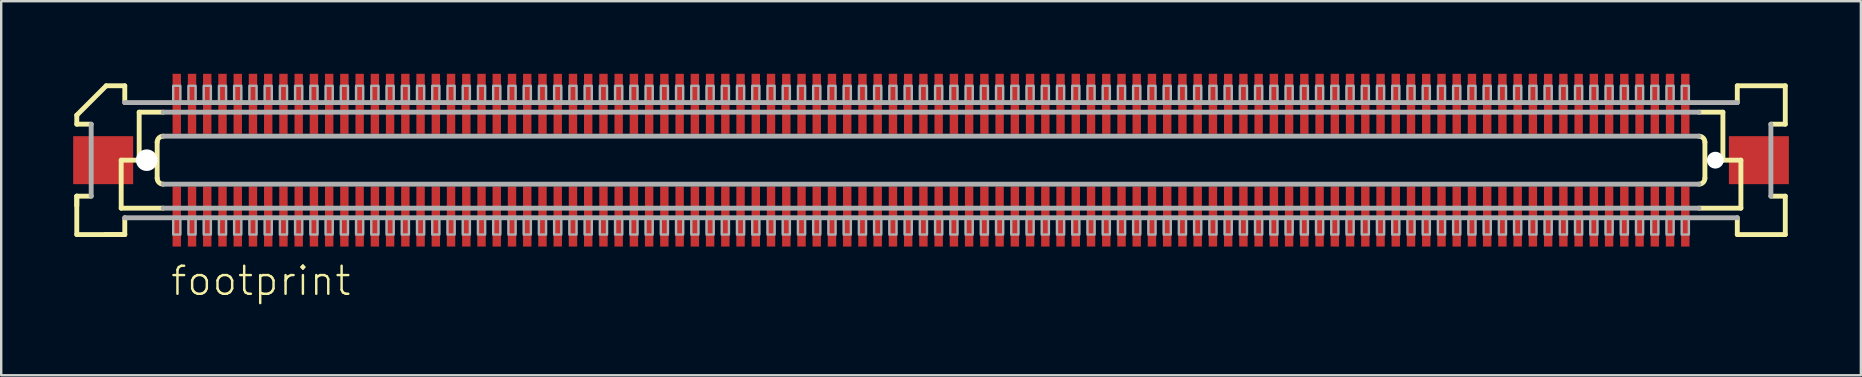
<source format=kicad_pcb>
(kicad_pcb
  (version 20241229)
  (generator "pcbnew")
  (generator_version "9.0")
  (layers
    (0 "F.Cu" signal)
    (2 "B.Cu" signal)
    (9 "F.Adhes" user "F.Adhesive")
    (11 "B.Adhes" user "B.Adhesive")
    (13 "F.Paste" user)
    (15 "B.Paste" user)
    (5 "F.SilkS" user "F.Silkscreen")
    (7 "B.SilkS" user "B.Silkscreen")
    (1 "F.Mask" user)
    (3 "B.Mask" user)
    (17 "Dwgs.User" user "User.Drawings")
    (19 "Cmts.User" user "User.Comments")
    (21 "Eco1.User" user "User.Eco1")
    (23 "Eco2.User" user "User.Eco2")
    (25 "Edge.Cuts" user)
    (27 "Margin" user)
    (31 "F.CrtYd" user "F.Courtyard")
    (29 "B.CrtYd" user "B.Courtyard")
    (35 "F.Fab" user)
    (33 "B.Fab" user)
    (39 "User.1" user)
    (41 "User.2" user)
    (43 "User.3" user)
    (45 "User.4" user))
  (footprint "footprint"
    (layer "F.Cu")
    (at 35.75 3.625)
    (property "Reference" "footprint" (at -31.75 5.715 0) (layer "F.SilkS") (effects (font (size 1.168 1.168) (thickness 0.102)) (justify left bottom)))
    (fp_poly (pts (xy -31.633 -1.075) (xy -31.233 -1.075) (xy -31.233 -3.625) (xy -31.633 -3.625)) (stroke (width 0) (type solid)) (fill yes) (layer "F.Mask"))
    (fp_poly (pts (xy -31.233 1.075) (xy -31.633 1.075) (xy -31.633 3.625) (xy -31.233 3.625)) (stroke (width 0) (type solid)) (fill yes) (layer "F.Mask"))
    (fp_poly (pts (xy -30.997 -1.075) (xy -30.598 -1.075) (xy -30.598 -3.625) (xy -30.997 -3.625)) (stroke (width 0) (type solid)) (fill yes) (layer "F.Mask"))
    (fp_poly (pts (xy -30.598 1.075) (xy -30.997 1.075) (xy -30.997 3.625) (xy -30.598 3.625)) (stroke (width 0) (type solid)) (fill yes) (layer "F.Mask"))
    (fp_poly (pts (xy -30.363 -1.075) (xy -29.962 -1.075) (xy -29.962 -3.625) (xy -30.363 -3.625)) (stroke (width 0) (type solid)) (fill yes) (layer "F.Mask"))
    (fp_poly (pts (xy -29.962 1.075) (xy -30.363 1.075) (xy -30.363 3.625) (xy -29.962 3.625)) (stroke (width 0) (type solid)) (fill yes) (layer "F.Mask"))
    (fp_poly (pts (xy -29.727 -1.075) (xy -29.328 -1.075) (xy -29.328 -3.625) (xy -29.727 -3.625)) (stroke (width 0) (type solid)) (fill yes) (layer "F.Mask"))
    (fp_poly (pts (xy -29.328 1.075) (xy -29.727 1.075) (xy -29.727 3.625) (xy -29.328 3.625)) (stroke (width 0) (type solid)) (fill yes) (layer "F.Mask"))
    (fp_poly (pts (xy -29.093 -1.075) (xy -28.692 -1.075) (xy -28.692 -3.625) (xy -29.093 -3.625)) (stroke (width 0) (type solid)) (fill yes) (layer "F.Mask"))
    (fp_poly (pts (xy -28.692 1.075) (xy -29.093 1.075) (xy -29.093 3.625) (xy -28.692 3.625)) (stroke (width 0) (type solid)) (fill yes) (layer "F.Mask"))
    (fp_poly (pts (xy -28.457 -1.075) (xy -28.058 -1.075) (xy -28.058 -3.625) (xy -28.457 -3.625)) (stroke (width 0) (type solid)) (fill yes) (layer "F.Mask"))
    (fp_poly (pts (xy -28.058 1.075) (xy -28.457 1.075) (xy -28.457 3.625) (xy -28.058 3.625)) (stroke (width 0) (type solid)) (fill yes) (layer "F.Mask"))
    (fp_poly (pts (xy -27.823 -1.075) (xy -27.422 -1.075) (xy -27.422 -3.625) (xy -27.823 -3.625)) (stroke (width 0) (type solid)) (fill yes) (layer "F.Mask"))
    (fp_poly (pts (xy -27.422 1.075) (xy -27.823 1.075) (xy -27.823 3.625) (xy -27.422 3.625)) (stroke (width 0) (type solid)) (fill yes) (layer "F.Mask"))
    (fp_poly (pts (xy -27.188 -1.075) (xy -26.788 -1.075) (xy -26.788 -3.625) (xy -27.188 -3.625)) (stroke (width 0) (type solid)) (fill yes) (layer "F.Mask"))
    (fp_poly (pts (xy -26.788 1.075) (xy -27.188 1.075) (xy -27.188 3.625) (xy -26.788 3.625)) (stroke (width 0) (type solid)) (fill yes) (layer "F.Mask"))
    (fp_poly (pts (xy -26.552 -1.075) (xy -26.152 -1.075) (xy -26.152 -3.625) (xy -26.552 -3.625)) (stroke (width 0) (type solid)) (fill yes) (layer "F.Mask"))
    (fp_poly (pts (xy -26.152 1.075) (xy -26.552 1.075) (xy -26.552 3.625) (xy -26.152 3.625)) (stroke (width 0) (type solid)) (fill yes) (layer "F.Mask"))
    (fp_poly (pts (xy -25.918 -1.075) (xy -25.517 -1.075) (xy -25.517 -3.625) (xy -25.918 -3.625)) (stroke (width 0) (type solid)) (fill yes) (layer "F.Mask"))
    (fp_poly (pts (xy -25.517 1.075) (xy -25.918 1.075) (xy -25.918 3.625) (xy -25.517 3.625)) (stroke (width 0) (type solid)) (fill yes) (layer "F.Mask"))
    (fp_poly (pts (xy -25.282 -1.075) (xy -24.883 -1.075) (xy -24.883 -3.625) (xy -25.282 -3.625)) (stroke (width 0) (type solid)) (fill yes) (layer "F.Mask"))
    (fp_poly (pts (xy -24.883 1.075) (xy -25.282 1.075) (xy -25.282 3.625) (xy -24.883 3.625)) (stroke (width 0) (type solid)) (fill yes) (layer "F.Mask"))
    (fp_poly (pts (xy -24.648 -1.075) (xy -24.247 -1.075) (xy -24.247 -3.625) (xy -24.648 -3.625)) (stroke (width 0) (type solid)) (fill yes) (layer "F.Mask"))
    (fp_poly (pts (xy -24.247 1.075) (xy -24.648 1.075) (xy -24.648 3.625) (xy -24.247 3.625)) (stroke (width 0) (type solid)) (fill yes) (layer "F.Mask"))
    (fp_poly (pts (xy -24.012 -1.075) (xy -23.613 -1.075) (xy -23.613 -3.625) (xy -24.012 -3.625)) (stroke (width 0) (type solid)) (fill yes) (layer "F.Mask"))
    (fp_poly (pts (xy -23.613 1.075) (xy -24.012 1.075) (xy -24.012 3.625) (xy -23.613 3.625)) (stroke (width 0) (type solid)) (fill yes) (layer "F.Mask"))
    (fp_poly (pts (xy -23.378 -1.075) (xy -22.977 -1.075) (xy -22.977 -3.625) (xy -23.378 -3.625)) (stroke (width 0) (type solid)) (fill yes) (layer "F.Mask"))
    (fp_poly (pts (xy -22.977 1.075) (xy -23.378 1.075) (xy -23.378 3.625) (xy -22.977 3.625)) (stroke (width 0) (type solid)) (fill yes) (layer "F.Mask"))
    (fp_poly (pts (xy -22.742 -1.075) (xy -22.343 -1.075) (xy -22.343 -3.625) (xy -22.742 -3.625)) (stroke (width 0) (type solid)) (fill yes) (layer "F.Mask"))
    (fp_poly (pts (xy -22.343 1.075) (xy -22.742 1.075) (xy -22.742 3.625) (xy -22.343 3.625)) (stroke (width 0) (type solid)) (fill yes) (layer "F.Mask"))
    (fp_poly (pts (xy -22.108 -1.075) (xy -21.707 -1.075) (xy -21.707 -3.625) (xy -22.108 -3.625)) (stroke (width 0) (type solid)) (fill yes) (layer "F.Mask"))
    (fp_poly (pts (xy -21.707 1.075) (xy -22.108 1.075) (xy -22.108 3.625) (xy -21.707 3.625)) (stroke (width 0) (type solid)) (fill yes) (layer "F.Mask"))
    (fp_poly (pts (xy -21.473 -1.075) (xy -21.073 -1.075) (xy -21.073 -3.625) (xy -21.473 -3.625)) (stroke (width 0) (type solid)) (fill yes) (layer "F.Mask"))
    (fp_poly (pts (xy -21.073 1.075) (xy -21.473 1.075) (xy -21.473 3.625) (xy -21.073 3.625)) (stroke (width 0) (type solid)) (fill yes) (layer "F.Mask"))
    (fp_poly (pts (xy -20.837 -1.075) (xy -20.438 -1.075) (xy -20.438 -3.625) (xy -20.837 -3.625)) (stroke (width 0) (type solid)) (fill yes) (layer "F.Mask"))
    (fp_poly (pts (xy -20.438 1.075) (xy -20.837 1.075) (xy -20.837 3.625) (xy -20.438 3.625)) (stroke (width 0) (type solid)) (fill yes) (layer "F.Mask"))
    (fp_poly (pts (xy -20.203 -1.075) (xy -19.802 -1.075) (xy -19.802 -3.625) (xy -20.203 -3.625)) (stroke (width 0) (type solid)) (fill yes) (layer "F.Mask"))
    (fp_poly (pts (xy -19.802 1.075) (xy -20.203 1.075) (xy -20.203 3.625) (xy -19.802 3.625)) (stroke (width 0) (type solid)) (fill yes) (layer "F.Mask"))
    (fp_poly (pts (xy -19.567 -1.075) (xy -19.168 -1.075) (xy -19.168 -3.625) (xy -19.567 -3.625)) (stroke (width 0) (type solid)) (fill yes) (layer "F.Mask"))
    (fp_poly (pts (xy -19.168 1.075) (xy -19.567 1.075) (xy -19.567 3.625) (xy -19.168 3.625)) (stroke (width 0) (type solid)) (fill yes) (layer "F.Mask"))
    (fp_poly (pts (xy -18.933 -1.075) (xy -18.532 -1.075) (xy -18.532 -3.625) (xy -18.933 -3.625)) (stroke (width 0) (type solid)) (fill yes) (layer "F.Mask"))
    (fp_poly (pts (xy -18.532 1.075) (xy -18.933 1.075) (xy -18.933 3.625) (xy -18.532 3.625)) (stroke (width 0) (type solid)) (fill yes) (layer "F.Mask"))
    (fp_poly (pts (xy -18.297 -1.075) (xy -17.898 -1.075) (xy -17.898 -3.625) (xy -18.297 -3.625)) (stroke (width 0) (type solid)) (fill yes) (layer "F.Mask"))
    (fp_poly (pts (xy -17.898 1.075) (xy -18.297 1.075) (xy -18.297 3.625) (xy -17.898 3.625)) (stroke (width 0) (type solid)) (fill yes) (layer "F.Mask"))
    (fp_poly (pts (xy -17.663 -1.075) (xy -17.262 -1.075) (xy -17.262 -3.625) (xy -17.663 -3.625)) (stroke (width 0) (type solid)) (fill yes) (layer "F.Mask"))
    (fp_poly (pts (xy -17.262 1.075) (xy -17.663 1.075) (xy -17.663 3.625) (xy -17.262 3.625)) (stroke (width 0) (type solid)) (fill yes) (layer "F.Mask"))
    (fp_poly (pts (xy -17.027 -1.075) (xy -16.628 -1.075) (xy -16.628 -3.625) (xy -17.027 -3.625)) (stroke (width 0) (type solid)) (fill yes) (layer "F.Mask"))
    (fp_poly (pts (xy -16.628 1.075) (xy -17.027 1.075) (xy -17.027 3.625) (xy -16.628 3.625)) (stroke (width 0) (type solid)) (fill yes) (layer "F.Mask"))
    (fp_poly (pts (xy -16.392 -1.075) (xy -15.992 -1.075) (xy -15.992 -3.625) (xy -16.392 -3.625)) (stroke (width 0) (type solid)) (fill yes) (layer "F.Mask"))
    (fp_poly (pts (xy -15.992 1.075) (xy -16.392 1.075) (xy -16.392 3.625) (xy -15.992 3.625)) (stroke (width 0) (type solid)) (fill yes) (layer "F.Mask"))
    (fp_poly (pts (xy -15.758 -1.075) (xy -15.357 -1.075) (xy -15.357 -3.625) (xy -15.758 -3.625)) (stroke (width 0) (type solid)) (fill yes) (layer "F.Mask"))
    (fp_poly (pts (xy -15.357 1.075) (xy -15.758 1.075) (xy -15.758 3.625) (xy -15.357 3.625)) (stroke (width 0) (type solid)) (fill yes) (layer "F.Mask"))
    (fp_poly (pts (xy -15.123 -1.075) (xy -14.723 -1.075) (xy -14.723 -3.625) (xy -15.123 -3.625)) (stroke (width 0) (type solid)) (fill yes) (layer "F.Mask"))
    (fp_poly (pts (xy -14.723 1.075) (xy -15.123 1.075) (xy -15.123 3.625) (xy -14.723 3.625)) (stroke (width 0) (type solid)) (fill yes) (layer "F.Mask"))
    (fp_poly (pts (xy -14.488 -1.075) (xy -14.088 -1.075) (xy -14.088 -3.625) (xy -14.488 -3.625)) (stroke (width 0) (type solid)) (fill yes) (layer "F.Mask"))
    (fp_poly (pts (xy -14.088 1.075) (xy -14.488 1.075) (xy -14.488 3.625) (xy -14.088 3.625)) (stroke (width 0) (type solid)) (fill yes) (layer "F.Mask"))
    (fp_poly (pts (xy -13.852 -1.075) (xy -13.453 -1.075) (xy -13.453 -3.625) (xy -13.852 -3.625)) (stroke (width 0) (type solid)) (fill yes) (layer "F.Mask"))
    (fp_poly (pts (xy -13.453 1.075) (xy -13.852 1.075) (xy -13.852 3.625) (xy -13.453 3.625)) (stroke (width 0) (type solid)) (fill yes) (layer "F.Mask"))
    (fp_poly (pts (xy -13.217 -1.075) (xy -12.818 -1.075) (xy -12.818 -3.625) (xy -13.217 -3.625)) (stroke (width 0) (type solid)) (fill yes) (layer "F.Mask"))
    (fp_poly (pts (xy -12.818 1.075) (xy -13.217 1.075) (xy -13.217 3.625) (xy -12.818 3.625)) (stroke (width 0) (type solid)) (fill yes) (layer "F.Mask"))
    (fp_poly (pts (xy -12.582 -1.075) (xy -12.182 -1.075) (xy -12.182 -3.625) (xy -12.582 -3.625)) (stroke (width 0) (type solid)) (fill yes) (layer "F.Mask"))
    (fp_poly (pts (xy -12.182 1.075) (xy -12.582 1.075) (xy -12.582 3.625) (xy -12.182 3.625)) (stroke (width 0) (type solid)) (fill yes) (layer "F.Mask"))
    (fp_poly (pts (xy -11.947 -1.075) (xy -11.547 -1.075) (xy -11.547 -3.625) (xy -11.947 -3.625)) (stroke (width 0) (type solid)) (fill yes) (layer "F.Mask"))
    (fp_poly (pts (xy -11.547 1.075) (xy -11.947 1.075) (xy -11.947 3.625) (xy -11.547 3.625)) (stroke (width 0) (type solid)) (fill yes) (layer "F.Mask"))
    (fp_poly (pts (xy -11.312 -1.075) (xy -10.912 -1.075) (xy -10.912 -3.625) (xy -11.312 -3.625)) (stroke (width 0) (type solid)) (fill yes) (layer "F.Mask"))
    (fp_poly (pts (xy -10.912 1.075) (xy -11.312 1.075) (xy -11.312 3.625) (xy -10.912 3.625)) (stroke (width 0) (type solid)) (fill yes) (layer "F.Mask"))
    (fp_poly (pts (xy -10.678 -1.075) (xy -10.277 -1.075) (xy -10.277 -3.625) (xy -10.678 -3.625)) (stroke (width 0) (type solid)) (fill yes) (layer "F.Mask"))
    (fp_poly (pts (xy -10.277 1.075) (xy -10.678 1.075) (xy -10.678 3.625) (xy -10.277 3.625)) (stroke (width 0) (type solid)) (fill yes) (layer "F.Mask"))
    (fp_poly (pts (xy -10.043 -1.075) (xy -9.643 -1.075) (xy -9.643 -3.625) (xy -10.043 -3.625)) (stroke (width 0) (type solid)) (fill yes) (layer "F.Mask"))
    (fp_poly (pts (xy -9.643 1.075) (xy -10.043 1.075) (xy -10.043 3.625) (xy -9.643 3.625)) (stroke (width 0) (type solid)) (fill yes) (layer "F.Mask"))
    (fp_poly (pts (xy -9.408 -1.075) (xy -9.008 -1.075) (xy -9.008 -3.625) (xy -9.408 -3.625)) (stroke (width 0) (type solid)) (fill yes) (layer "F.Mask"))
    (fp_poly (pts (xy -9.008 1.075) (xy -9.408 1.075) (xy -9.408 3.625) (xy -9.008 3.625)) (stroke (width 0) (type solid)) (fill yes) (layer "F.Mask"))
    (fp_poly (pts (xy -8.773 -1.075) (xy -8.373 -1.075) (xy -8.373 -3.625) (xy -8.773 -3.625)) (stroke (width 0) (type solid)) (fill yes) (layer "F.Mask"))
    (fp_poly (pts (xy -8.373 1.075) (xy -8.773 1.075) (xy -8.773 3.625) (xy -8.373 3.625)) (stroke (width 0) (type solid)) (fill yes) (layer "F.Mask"))
    (fp_poly (pts (xy -8.137 -1.075) (xy -7.737 -1.075) (xy -7.737 -3.625) (xy -8.137 -3.625)) (stroke (width 0) (type solid)) (fill yes) (layer "F.Mask"))
    (fp_poly (pts (xy -7.737 1.075) (xy -8.137 1.075) (xy -8.137 3.625) (xy -7.737 3.625)) (stroke (width 0) (type solid)) (fill yes) (layer "F.Mask"))
    (fp_poly (pts (xy -7.503 -1.075) (xy -7.103 -1.075) (xy -7.103 -3.625) (xy -7.503 -3.625)) (stroke (width 0) (type solid)) (fill yes) (layer "F.Mask"))
    (fp_poly (pts (xy -7.103 1.075) (xy -7.503 1.075) (xy -7.503 3.625) (xy -7.103 3.625)) (stroke (width 0) (type solid)) (fill yes) (layer "F.Mask"))
    (fp_poly (pts (xy -6.867 -1.075) (xy -6.468 -1.075) (xy -6.468 -3.625) (xy -6.867 -3.625)) (stroke (width 0) (type solid)) (fill yes) (layer "F.Mask"))
    (fp_poly (pts (xy -6.468 1.075) (xy -6.867 1.075) (xy -6.867 3.625) (xy -6.468 3.625)) (stroke (width 0) (type solid)) (fill yes) (layer "F.Mask"))
    (fp_poly (pts (xy -6.232 -1.075) (xy -5.832 -1.075) (xy -5.832 -3.625) (xy -6.232 -3.625)) (stroke (width 0) (type solid)) (fill yes) (layer "F.Mask"))
    (fp_poly (pts (xy -5.832 1.075) (xy -6.232 1.075) (xy -6.232 3.625) (xy -5.832 3.625)) (stroke (width 0) (type solid)) (fill yes) (layer "F.Mask"))
    (fp_poly (pts (xy -5.598 -1.075) (xy -5.197 -1.075) (xy -5.197 -3.625) (xy -5.598 -3.625)) (stroke (width 0) (type solid)) (fill yes) (layer "F.Mask"))
    (fp_poly (pts (xy -5.197 1.075) (xy -5.598 1.075) (xy -5.598 3.625) (xy -5.197 3.625)) (stroke (width 0) (type solid)) (fill yes) (layer "F.Mask"))
    (fp_poly (pts (xy -4.963 -1.075) (xy -4.562 -1.075) (xy -4.562 -3.625) (xy -4.963 -3.625)) (stroke (width 0) (type solid)) (fill yes) (layer "F.Mask"))
    (fp_poly (pts (xy -4.562 1.075) (xy -4.963 1.075) (xy -4.963 3.625) (xy -4.562 3.625)) (stroke (width 0) (type solid)) (fill yes) (layer "F.Mask"))
    (fp_poly (pts (xy -4.327 -1.075) (xy -3.928 -1.075) (xy -3.928 -3.625) (xy -4.327 -3.625)) (stroke (width 0) (type solid)) (fill yes) (layer "F.Mask"))
    (fp_poly (pts (xy -3.928 1.075) (xy -4.327 1.075) (xy -4.327 3.625) (xy -3.928 3.625)) (stroke (width 0) (type solid)) (fill yes) (layer "F.Mask"))
    (fp_poly (pts (xy -3.692 -1.075) (xy -3.292 -1.075) (xy -3.292 -3.625) (xy -3.692 -3.625)) (stroke (width 0) (type solid)) (fill yes) (layer "F.Mask"))
    (fp_poly (pts (xy -3.292 1.075) (xy -3.692 1.075) (xy -3.692 3.625) (xy -3.292 3.625)) (stroke (width 0) (type solid)) (fill yes) (layer "F.Mask"))
    (fp_poly (pts (xy -3.058 -1.075) (xy -2.658 -1.075) (xy -2.658 -3.625) (xy -3.058 -3.625)) (stroke (width 0) (type solid)) (fill yes) (layer "F.Mask"))
    (fp_poly (pts (xy -2.658 1.075) (xy -3.058 1.075) (xy -3.058 3.625) (xy -2.658 3.625)) (stroke (width 0) (type solid)) (fill yes) (layer "F.Mask"))
    (fp_poly (pts (xy -2.422 -1.075) (xy -2.022 -1.075) (xy -2.022 -3.625) (xy -2.422 -3.625)) (stroke (width 0) (type solid)) (fill yes) (layer "F.Mask"))
    (fp_poly (pts (xy -2.022 1.075) (xy -2.422 1.075) (xy -2.422 3.625) (xy -2.022 3.625)) (stroke (width 0) (type solid)) (fill yes) (layer "F.Mask"))
    (fp_poly (pts (xy -1.788 -1.075) (xy -1.387 -1.075) (xy -1.387 -3.625) (xy -1.788 -3.625)) (stroke (width 0) (type solid)) (fill yes) (layer "F.Mask"))
    (fp_poly (pts (xy -1.387 1.075) (xy -1.788 1.075) (xy -1.788 3.625) (xy -1.387 3.625)) (stroke (width 0) (type solid)) (fill yes) (layer "F.Mask"))
    (fp_poly (pts (xy -1.153 -1.075) (xy -0.752 -1.075) (xy -0.752 -3.625) (xy -1.153 -3.625)) (stroke (width 0) (type solid)) (fill yes) (layer "F.Mask"))
    (fp_poly (pts (xy -0.752 1.075) (xy -1.153 1.075) (xy -1.153 3.625) (xy -0.752 3.625)) (stroke (width 0) (type solid)) (fill yes) (layer "F.Mask"))
    (fp_poly (pts (xy -0.517 -1.075) (xy -0.117 -1.075) (xy -0.117 -3.625) (xy -0.517 -3.625)) (stroke (width 0) (type solid)) (fill yes) (layer "F.Mask"))
    (fp_poly (pts (xy -0.117 1.075) (xy -0.517 1.075) (xy -0.517 3.625) (xy -0.117 3.625)) (stroke (width 0) (type solid)) (fill yes) (layer "F.Mask"))
    (fp_poly (pts (xy 0.117 -1.075) (xy 0.517 -1.075) (xy 0.517 -3.625) (xy 0.117 -3.625)) (stroke (width 0) (type solid)) (fill yes) (layer "F.Mask"))
    (fp_poly (pts (xy 0.517 1.075) (xy 0.117 1.075) (xy 0.117 3.625) (xy 0.517 3.625)) (stroke (width 0) (type solid)) (fill yes) (layer "F.Mask"))
    (fp_poly (pts (xy 0.752 -1.075) (xy 1.153 -1.075) (xy 1.153 -3.625) (xy 0.752 -3.625)) (stroke (width 0) (type solid)) (fill yes) (layer "F.Mask"))
    (fp_poly (pts (xy 1.153 1.075) (xy 0.752 1.075) (xy 0.752 3.625) (xy 1.153 3.625)) (stroke (width 0) (type solid)) (fill yes) (layer "F.Mask"))
    (fp_poly (pts (xy 1.387 -1.075) (xy 1.788 -1.075) (xy 1.788 -3.625) (xy 1.387 -3.625)) (stroke (width 0) (type solid)) (fill yes) (layer "F.Mask"))
    (fp_poly (pts (xy 1.788 1.075) (xy 1.387 1.075) (xy 1.387 3.625) (xy 1.788 3.625)) (stroke (width 0) (type solid)) (fill yes) (layer "F.Mask"))
    (fp_poly (pts (xy 2.022 -1.075) (xy 2.422 -1.075) (xy 2.422 -3.625) (xy 2.022 -3.625)) (stroke (width 0) (type solid)) (fill yes) (layer "F.Mask"))
    (fp_poly (pts (xy 2.422 1.075) (xy 2.022 1.075) (xy 2.022 3.625) (xy 2.422 3.625)) (stroke (width 0) (type solid)) (fill yes) (layer "F.Mask"))
    (fp_poly (pts (xy 2.658 -1.075) (xy 3.058 -1.075) (xy 3.058 -3.625) (xy 2.658 -3.625)) (stroke (width 0) (type solid)) (fill yes) (layer "F.Mask"))
    (fp_poly (pts (xy 3.058 1.075) (xy 2.658 1.075) (xy 2.658 3.625) (xy 3.058 3.625)) (stroke (width 0) (type solid)) (fill yes) (layer "F.Mask"))
    (fp_poly (pts (xy 3.292 -1.075) (xy 3.692 -1.075) (xy 3.692 -3.625) (xy 3.292 -3.625)) (stroke (width 0) (type solid)) (fill yes) (layer "F.Mask"))
    (fp_poly (pts (xy 3.692 1.075) (xy 3.292 1.075) (xy 3.292 3.625) (xy 3.692 3.625)) (stroke (width 0) (type solid)) (fill yes) (layer "F.Mask"))
    (fp_poly (pts (xy 3.928 -1.075) (xy 4.327 -1.075) (xy 4.327 -3.625) (xy 3.928 -3.625)) (stroke (width 0) (type solid)) (fill yes) (layer "F.Mask"))
    (fp_poly (pts (xy 4.327 1.075) (xy 3.928 1.075) (xy 3.928 3.625) (xy 4.327 3.625)) (stroke (width 0) (type solid)) (fill yes) (layer "F.Mask"))
    (fp_poly (pts (xy 4.562 -1.075) (xy 4.963 -1.075) (xy 4.963 -3.625) (xy 4.562 -3.625)) (stroke (width 0) (type solid)) (fill yes) (layer "F.Mask"))
    (fp_poly (pts (xy 4.963 1.075) (xy 4.562 1.075) (xy 4.562 3.625) (xy 4.963 3.625)) (stroke (width 0) (type solid)) (fill yes) (layer "F.Mask"))
    (fp_poly (pts (xy 5.197 -1.075) (xy 5.598 -1.075) (xy 5.598 -3.625) (xy 5.197 -3.625)) (stroke (width 0) (type solid)) (fill yes) (layer "F.Mask"))
    (fp_poly (pts (xy 5.598 1.075) (xy 5.197 1.075) (xy 5.197 3.625) (xy 5.598 3.625)) (stroke (width 0) (type solid)) (fill yes) (layer "F.Mask"))
    (fp_poly (pts (xy 5.832 -1.075) (xy 6.232 -1.075) (xy 6.232 -3.625) (xy 5.832 -3.625)) (stroke (width 0) (type solid)) (fill yes) (layer "F.Mask"))
    (fp_poly (pts (xy 6.232 1.075) (xy 5.832 1.075) (xy 5.832 3.625) (xy 6.232 3.625)) (stroke (width 0) (type solid)) (fill yes) (layer "F.Mask"))
    (fp_poly (pts (xy 6.468 -1.075) (xy 6.867 -1.075) (xy 6.867 -3.625) (xy 6.468 -3.625)) (stroke (width 0) (type solid)) (fill yes) (layer "F.Mask"))
    (fp_poly (pts (xy 6.867 1.075) (xy 6.468 1.075) (xy 6.468 3.625) (xy 6.867 3.625)) (stroke (width 0) (type solid)) (fill yes) (layer "F.Mask"))
    (fp_poly (pts (xy 7.103 -1.075) (xy 7.503 -1.075) (xy 7.503 -3.625) (xy 7.103 -3.625)) (stroke (width 0) (type solid)) (fill yes) (layer "F.Mask"))
    (fp_poly (pts (xy 7.503 1.075) (xy 7.103 1.075) (xy 7.103 3.625) (xy 7.503 3.625)) (stroke (width 0) (type solid)) (fill yes) (layer "F.Mask"))
    (fp_poly (pts (xy 7.737 -1.075) (xy 8.137 -1.075) (xy 8.137 -3.625) (xy 7.737 -3.625)) (stroke (width 0) (type solid)) (fill yes) (layer "F.Mask"))
    (fp_poly (pts (xy 8.137 1.075) (xy 7.737 1.075) (xy 7.737 3.625) (xy 8.137 3.625)) (stroke (width 0) (type solid)) (fill yes) (layer "F.Mask"))
    (fp_poly (pts (xy 8.373 -1.075) (xy 8.773 -1.075) (xy 8.773 -3.625) (xy 8.373 -3.625)) (stroke (width 0) (type solid)) (fill yes) (layer "F.Mask"))
    (fp_poly (pts (xy 8.773 1.075) (xy 8.373 1.075) (xy 8.373 3.625) (xy 8.773 3.625)) (stroke (width 0) (type solid)) (fill yes) (layer "F.Mask"))
    (fp_poly (pts (xy 9.008 -1.075) (xy 9.408 -1.075) (xy 9.408 -3.625) (xy 9.008 -3.625)) (stroke (width 0) (type solid)) (fill yes) (layer "F.Mask"))
    (fp_poly (pts (xy 9.408 1.075) (xy 9.008 1.075) (xy 9.008 3.625) (xy 9.408 3.625)) (stroke (width 0) (type solid)) (fill yes) (layer "F.Mask"))
    (fp_poly (pts (xy 9.643 -1.075) (xy 10.043 -1.075) (xy 10.043 -3.625) (xy 9.643 -3.625)) (stroke (width 0) (type solid)) (fill yes) (layer "F.Mask"))
    (fp_poly (pts (xy 10.043 1.075) (xy 9.643 1.075) (xy 9.643 3.625) (xy 10.043 3.625)) (stroke (width 0) (type solid)) (fill yes) (layer "F.Mask"))
    (fp_poly (pts (xy 10.277 -1.075) (xy 10.678 -1.075) (xy 10.678 -3.625) (xy 10.277 -3.625)) (stroke (width 0) (type solid)) (fill yes) (layer "F.Mask"))
    (fp_poly (pts (xy 10.678 1.075) (xy 10.277 1.075) (xy 10.277 3.625) (xy 10.678 3.625)) (stroke (width 0) (type solid)) (fill yes) (layer "F.Mask"))
    (fp_poly (pts (xy 10.912 -1.075) (xy 11.312 -1.075) (xy 11.312 -3.625) (xy 10.912 -3.625)) (stroke (width 0) (type solid)) (fill yes) (layer "F.Mask"))
    (fp_poly (pts (xy 11.312 1.075) (xy 10.912 1.075) (xy 10.912 3.625) (xy 11.312 3.625)) (stroke (width 0) (type solid)) (fill yes) (layer "F.Mask"))
    (fp_poly (pts (xy 11.547 -1.075) (xy 11.947 -1.075) (xy 11.947 -3.625) (xy 11.547 -3.625)) (stroke (width 0) (type solid)) (fill yes) (layer "F.Mask"))
    (fp_poly (pts (xy 11.947 1.075) (xy 11.547 1.075) (xy 11.547 3.625) (xy 11.947 3.625)) (stroke (width 0) (type solid)) (fill yes) (layer "F.Mask"))
    (fp_poly (pts (xy 12.182 -1.075) (xy 12.582 -1.075) (xy 12.582 -3.625) (xy 12.182 -3.625)) (stroke (width 0) (type solid)) (fill yes) (layer "F.Mask"))
    (fp_poly (pts (xy 12.582 1.075) (xy 12.182 1.075) (xy 12.182 3.625) (xy 12.582 3.625)) (stroke (width 0) (type solid)) (fill yes) (layer "F.Mask"))
    (fp_poly (pts (xy 12.818 -1.075) (xy 13.217 -1.075) (xy 13.217 -3.625) (xy 12.818 -3.625)) (stroke (width 0) (type solid)) (fill yes) (layer "F.Mask"))
    (fp_poly (pts (xy 13.217 1.075) (xy 12.818 1.075) (xy 12.818 3.625) (xy 13.217 3.625)) (stroke (width 0) (type solid)) (fill yes) (layer "F.Mask"))
    (fp_poly (pts (xy 13.453 -1.075) (xy 13.852 -1.075) (xy 13.852 -3.625) (xy 13.453 -3.625)) (stroke (width 0) (type solid)) (fill yes) (layer "F.Mask"))
    (fp_poly (pts (xy 13.852 1.075) (xy 13.453 1.075) (xy 13.453 3.625) (xy 13.852 3.625)) (stroke (width 0) (type solid)) (fill yes) (layer "F.Mask"))
    (fp_poly (pts (xy 14.088 -1.075) (xy 14.488 -1.075) (xy 14.488 -3.625) (xy 14.088 -3.625)) (stroke (width 0) (type solid)) (fill yes) (layer "F.Mask"))
    (fp_poly (pts (xy 14.488 1.075) (xy 14.088 1.075) (xy 14.088 3.625) (xy 14.488 3.625)) (stroke (width 0) (type solid)) (fill yes) (layer "F.Mask"))
    (fp_poly (pts (xy 14.723 -1.075) (xy 15.123 -1.075) (xy 15.123 -3.625) (xy 14.723 -3.625)) (stroke (width 0) (type solid)) (fill yes) (layer "F.Mask"))
    (fp_poly (pts (xy 15.123 1.075) (xy 14.723 1.075) (xy 14.723 3.625) (xy 15.123 3.625)) (stroke (width 0) (type solid)) (fill yes) (layer "F.Mask"))
    (fp_poly (pts (xy 15.357 -1.075) (xy 15.758 -1.075) (xy 15.758 -3.625) (xy 15.357 -3.625)) (stroke (width 0) (type solid)) (fill yes) (layer "F.Mask"))
    (fp_poly (pts (xy 15.758 1.075) (xy 15.357 1.075) (xy 15.357 3.625) (xy 15.758 3.625)) (stroke (width 0) (type solid)) (fill yes) (layer "F.Mask"))
    (fp_poly (pts (xy 15.992 -1.075) (xy 16.392 -1.075) (xy 16.392 -3.625) (xy 15.992 -3.625)) (stroke (width 0) (type solid)) (fill yes) (layer "F.Mask"))
    (fp_poly (pts (xy 16.392 1.075) (xy 15.992 1.075) (xy 15.992 3.625) (xy 16.392 3.625)) (stroke (width 0) (type solid)) (fill yes) (layer "F.Mask"))
    (fp_poly (pts (xy 16.628 -1.075) (xy 17.027 -1.075) (xy 17.027 -3.625) (xy 16.628 -3.625)) (stroke (width 0) (type solid)) (fill yes) (layer "F.Mask"))
    (fp_poly (pts (xy 17.027 1.075) (xy 16.628 1.075) (xy 16.628 3.625) (xy 17.027 3.625)) (stroke (width 0) (type solid)) (fill yes) (layer "F.Mask"))
    (fp_poly (pts (xy 17.262 -1.075) (xy 17.663 -1.075) (xy 17.663 -3.625) (xy 17.262 -3.625)) (stroke (width 0) (type solid)) (fill yes) (layer "F.Mask"))
    (fp_poly (pts (xy 17.663 1.075) (xy 17.262 1.075) (xy 17.262 3.625) (xy 17.663 3.625)) (stroke (width 0) (type solid)) (fill yes) (layer "F.Mask"))
    (fp_poly (pts (xy 17.898 -1.075) (xy 18.297 -1.075) (xy 18.297 -3.625) (xy 17.898 -3.625)) (stroke (width 0) (type solid)) (fill yes) (layer "F.Mask"))
    (fp_poly (pts (xy 18.297 1.075) (xy 17.898 1.075) (xy 17.898 3.625) (xy 18.297 3.625)) (stroke (width 0) (type solid)) (fill yes) (layer "F.Mask"))
    (fp_poly (pts (xy 18.532 -1.075) (xy 18.933 -1.075) (xy 18.933 -3.625) (xy 18.532 -3.625)) (stroke (width 0) (type solid)) (fill yes) (layer "F.Mask"))
    (fp_poly (pts (xy 18.933 1.075) (xy 18.532 1.075) (xy 18.532 3.625) (xy 18.933 3.625)) (stroke (width 0) (type solid)) (fill yes) (layer "F.Mask"))
    (fp_poly (pts (xy 19.168 -1.075) (xy 19.567 -1.075) (xy 19.567 -3.625) (xy 19.168 -3.625)) (stroke (width 0) (type solid)) (fill yes) (layer "F.Mask"))
    (fp_poly (pts (xy 19.567 1.075) (xy 19.168 1.075) (xy 19.168 3.625) (xy 19.567 3.625)) (stroke (width 0) (type solid)) (fill yes) (layer "F.Mask"))
    (fp_poly (pts (xy 19.802 -1.075) (xy 20.203 -1.075) (xy 20.203 -3.625) (xy 19.802 -3.625)) (stroke (width 0) (type solid)) (fill yes) (layer "F.Mask"))
    (fp_poly (pts (xy 20.203 1.075) (xy 19.802 1.075) (xy 19.802 3.625) (xy 20.203 3.625)) (stroke (width 0) (type solid)) (fill yes) (layer "F.Mask"))
    (fp_poly (pts (xy 20.438 -1.075) (xy 20.837 -1.075) (xy 20.837 -3.625) (xy 20.438 -3.625)) (stroke (width 0) (type solid)) (fill yes) (layer "F.Mask"))
    (fp_poly (pts (xy 20.837 1.075) (xy 20.438 1.075) (xy 20.438 3.625) (xy 20.837 3.625)) (stroke (width 0) (type solid)) (fill yes) (layer "F.Mask"))
    (fp_poly (pts (xy 21.073 -1.075) (xy 21.473 -1.075) (xy 21.473 -3.625) (xy 21.073 -3.625)) (stroke (width 0) (type solid)) (fill yes) (layer "F.Mask"))
    (fp_poly (pts (xy 21.473 1.075) (xy 21.073 1.075) (xy 21.073 3.625) (xy 21.473 3.625)) (stroke (width 0) (type solid)) (fill yes) (layer "F.Mask"))
    (fp_poly (pts (xy 21.707 -1.075) (xy 22.108 -1.075) (xy 22.108 -3.625) (xy 21.707 -3.625)) (stroke (width 0) (type solid)) (fill yes) (layer "F.Mask"))
    (fp_poly (pts (xy 22.108 1.075) (xy 21.707 1.075) (xy 21.707 3.625) (xy 22.108 3.625)) (stroke (width 0) (type solid)) (fill yes) (layer "F.Mask"))
    (fp_poly (pts (xy 22.343 -1.075) (xy 22.742 -1.075) (xy 22.742 -3.625) (xy 22.343 -3.625)) (stroke (width 0) (type solid)) (fill yes) (layer "F.Mask"))
    (fp_poly (pts (xy 22.742 1.075) (xy 22.343 1.075) (xy 22.343 3.625) (xy 22.742 3.625)) (stroke (width 0) (type solid)) (fill yes) (layer "F.Mask"))
    (fp_poly (pts (xy 22.977 -1.075) (xy 23.378 -1.075) (xy 23.378 -3.625) (xy 22.977 -3.625)) (stroke (width 0) (type solid)) (fill yes) (layer "F.Mask"))
    (fp_poly (pts (xy 23.378 1.075) (xy 22.977 1.075) (xy 22.977 3.625) (xy 23.378 3.625)) (stroke (width 0) (type solid)) (fill yes) (layer "F.Mask"))
    (fp_poly (pts (xy 23.613 -1.075) (xy 24.012 -1.075) (xy 24.012 -3.625) (xy 23.613 -3.625)) (stroke (width 0) (type solid)) (fill yes) (layer "F.Mask"))
    (fp_poly (pts (xy 24.012 1.075) (xy 23.613 1.075) (xy 23.613 3.625) (xy 24.012 3.625)) (stroke (width 0) (type solid)) (fill yes) (layer "F.Mask"))
    (fp_poly (pts (xy 24.247 -1.075) (xy 24.648 -1.075) (xy 24.648 -3.625) (xy 24.247 -3.625)) (stroke (width 0) (type solid)) (fill yes) (layer "F.Mask"))
    (fp_poly (pts (xy 24.648 1.075) (xy 24.247 1.075) (xy 24.247 3.625) (xy 24.648 3.625)) (stroke (width 0) (type solid)) (fill yes) (layer "F.Mask"))
    (fp_poly (pts (xy 24.883 -1.075) (xy 25.282 -1.075) (xy 25.282 -3.625) (xy 24.883 -3.625)) (stroke (width 0) (type solid)) (fill yes) (layer "F.Mask"))
    (fp_poly (pts (xy 25.282 1.075) (xy 24.883 1.075) (xy 24.883 3.625) (xy 25.282 3.625)) (stroke (width 0) (type solid)) (fill yes) (layer "F.Mask"))
    (fp_poly (pts (xy 25.517 -1.075) (xy 25.918 -1.075) (xy 25.918 -3.625) (xy 25.517 -3.625)) (stroke (width 0) (type solid)) (fill yes) (layer "F.Mask"))
    (fp_poly (pts (xy 25.918 1.075) (xy 25.517 1.075) (xy 25.517 3.625) (xy 25.918 3.625)) (stroke (width 0) (type solid)) (fill yes) (layer "F.Mask"))
    (fp_poly (pts (xy 26.152 -1.075) (xy 26.552 -1.075) (xy 26.552 -3.625) (xy 26.152 -3.625)) (stroke (width 0) (type solid)) (fill yes) (layer "F.Mask"))
    (fp_poly (pts (xy 26.552 1.075) (xy 26.152 1.075) (xy 26.152 3.625) (xy 26.552 3.625)) (stroke (width 0) (type solid)) (fill yes) (layer "F.Mask"))
    (fp_poly (pts (xy 26.788 -1.075) (xy 27.188 -1.075) (xy 27.188 -3.625) (xy 26.788 -3.625)) (stroke (width 0) (type solid)) (fill yes) (layer "F.Mask"))
    (fp_poly (pts (xy 27.188 1.075) (xy 26.788 1.075) (xy 26.788 3.625) (xy 27.188 3.625)) (stroke (width 0) (type solid)) (fill yes) (layer "F.Mask"))
    (fp_poly (pts (xy 27.422 -1.075) (xy 27.823 -1.075) (xy 27.823 -3.625) (xy 27.422 -3.625)) (stroke (width 0) (type solid)) (fill yes) (layer "F.Mask"))
    (fp_poly (pts (xy 27.823 1.075) (xy 27.422 1.075) (xy 27.422 3.625) (xy 27.823 3.625)) (stroke (width 0) (type solid)) (fill yes) (layer "F.Mask"))
    (fp_poly (pts (xy 28.058 -1.075) (xy 28.457 -1.075) (xy 28.457 -3.625) (xy 28.058 -3.625)) (stroke (width 0) (type solid)) (fill yes) (layer "F.Mask"))
    (fp_poly (pts (xy 28.457 1.075) (xy 28.058 1.075) (xy 28.058 3.625) (xy 28.457 3.625)) (stroke (width 0) (type solid)) (fill yes) (layer "F.Mask"))
    (fp_poly (pts (xy 28.692 -1.075) (xy 29.093 -1.075) (xy 29.093 -3.625) (xy 28.692 -3.625)) (stroke (width 0) (type solid)) (fill yes) (layer "F.Mask"))
    (fp_poly (pts (xy 29.093 1.075) (xy 28.692 1.075) (xy 28.692 3.625) (xy 29.093 3.625)) (stroke (width 0) (type solid)) (fill yes) (layer "F.Mask"))
    (fp_poly (pts (xy 29.328 -1.075) (xy 29.727 -1.075) (xy 29.727 -3.625) (xy 29.328 -3.625)) (stroke (width 0) (type solid)) (fill yes) (layer "F.Mask"))
    (fp_poly (pts (xy 29.727 1.075) (xy 29.328 1.075) (xy 29.328 3.625) (xy 29.727 3.625)) (stroke (width 0) (type solid)) (fill yes) (layer "F.Mask"))
    (fp_poly (pts (xy 29.962 -1.075) (xy 30.363 -1.075) (xy 30.363 -3.625) (xy 29.962 -3.625)) (stroke (width 0) (type solid)) (fill yes) (layer "F.Mask"))
    (fp_poly (pts (xy 30.363 1.075) (xy 29.962 1.075) (xy 29.962 3.625) (xy 30.363 3.625)) (stroke (width 0) (type solid)) (fill yes) (layer "F.Mask"))
    (fp_poly (pts (xy 30.598 -1.075) (xy 30.997 -1.075) (xy 30.997 -3.625) (xy 30.598 -3.625)) (stroke (width 0) (type solid)) (fill yes) (layer "F.Mask"))
    (fp_poly (pts (xy 30.997 1.075) (xy 30.598 1.075) (xy 30.598 3.625) (xy 30.997 3.625)) (stroke (width 0) (type solid)) (fill yes) (layer "F.Mask"))
    (fp_poly (pts (xy 31.233 -1.075) (xy 31.633 -1.075) (xy 31.633 -3.625) (xy 31.233 -3.625)) (stroke (width 0) (type solid)) (fill yes) (layer "F.Mask"))
    (fp_poly (pts (xy 31.633 1.075) (xy 31.233 1.075) (xy 31.233 3.625) (xy 31.633 3.625)) (stroke (width 0) (type solid)) (fill yes) (layer "F.Mask"))
    (fp_line (start -35.6 -1.5) (end -35.6 -1.875) (stroke (width 0.203) (type solid)) (layer "F.SilkS"))
    (fp_line (start -35.6 1.5) (end -35 1.5) (stroke (width 0.203) (type solid)) (layer "F.SilkS"))
    (fp_line (start -35.6 1.9) (end -35.6 1.5) (stroke (width 0.203) (type solid)) (layer "F.SilkS"))
    (fp_line (start -35.6 3.1) (end -35.6 1.5) (stroke (width 0.203) (type solid)) (layer "F.SilkS"))
    (fp_line (start -35 -1.5) (end -35.6 -1.5) (stroke (width 0.203) (type solid)) (layer "F.SilkS"))
    (fp_line (start -34.375 -3.1) (end -35.6 -1.875) (stroke (width 0.203) (type solid)) (layer "F.SilkS"))
    (fp_line (start -34.375 -3.1) (end -33.6 -3.1) (stroke (width 0.203) (type solid)) (layer "F.SilkS"))
    (fp_line (start -33.75 0) (end -33.75 2) (stroke (width 0.203) (type solid)) (layer "F.SilkS"))
    (fp_line (start -33.75 2) (end -32 2) (stroke (width 0.203) (type solid)) (layer "F.SilkS"))
    (fp_line (start -33.6 -3.1) (end -33.6 -2.4) (stroke (width 0.203) (type solid)) (layer "F.SilkS"))
    (fp_line (start -33.6 2.4) (end -33.6 3.1) (stroke (width 0.203) (type solid)) (layer "F.SilkS"))
    (fp_line (start -33.6 3.1) (end -35.6 3.1) (stroke (width 0.203) (type solid)) (layer "F.SilkS"))
    (fp_line (start -33.6 3.1) (end -34.4 3.1) (stroke (width 0.203) (type solid)) (layer "F.SilkS"))
    (fp_line (start -33 -2) (end -33 0) (stroke (width 0.203) (type solid)) (layer "F.SilkS"))
    (fp_line (start -33 0) (end -33.75 0) (stroke (width 0.203) (type solid)) (layer "F.SilkS"))
    (fp_line (start -32.25 0.75) (end -32.25 -0.75) (stroke (width 0.203) (type solid)) (layer "F.SilkS"))
    (fp_line (start -32 -2) (end -33 -2) (stroke (width 0.203) (type solid)) (layer "F.SilkS"))
    (fp_line (start 32 2) (end 33.75 2) (stroke (width 0.203) (type solid)) (layer "F.SilkS"))
    (fp_line (start 32.25 -0.75) (end 32.25 0.75) (stroke (width 0.203) (type solid)) (layer "F.SilkS"))
    (fp_line (start 33 -2) (end 32 -2) (stroke (width 0.203) (type solid)) (layer "F.SilkS"))
    (fp_line (start 33 -2) (end 33 0) (stroke (width 0.203) (type solid)) (layer "F.SilkS"))
    (fp_line (start 33.6 -3.1) (end 35.6 -3.1) (stroke (width 0.203) (type solid)) (layer "F.SilkS"))
    (fp_line (start 33.6 -2.4) (end 33.6 -3.1) (stroke (width 0.203) (type solid)) (layer "F.SilkS"))
    (fp_line (start 33.6 3.1) (end 33.6 2.4) (stroke (width 0.203) (type solid)) (layer "F.SilkS"))
    (fp_line (start 33.75 0) (end 33 0) (stroke (width 0.203) (type solid)) (layer "F.SilkS"))
    (fp_line (start 33.75 0) (end 33.75 2) (stroke (width 0.203) (type solid)) (layer "F.SilkS"))
    (fp_line (start 35 1.5) (end 35.6 1.5) (stroke (width 0.203) (type solid)) (layer "F.SilkS"))
    (fp_line (start 35.6 -3.1) (end 35.6 -1.5) (stroke (width 0.203) (type solid)) (layer "F.SilkS"))
    (fp_line (start 35.6 -1.5) (end 35 -1.5) (stroke (width 0.203) (type solid)) (layer "F.SilkS"))
    (fp_line (start 35.6 1.5) (end 35.6 3.1) (stroke (width 0.203) (type solid)) (layer "F.SilkS"))
    (fp_line (start 35.6 3.1) (end 33.6 3.1) (stroke (width 0.203) (type solid)) (layer "F.SilkS"))
    (fp_arc (start -32.25 -0.75) (mid -32.176777 -0.926777) (end -32 -1) (stroke (width 0.2032) (type solid)) (layer "F.SilkS"))
    (fp_arc (start -32 1) (mid -32.176777 0.926777) (end -32.25 0.75) (stroke (width 0.2032) (type solid)) (layer "F.SilkS"))
    (fp_arc (start 32 -1) (mid 32.176777 -0.926777) (end 32.25 -0.75) (stroke (width 0.2032) (type solid)) (layer "F.SilkS"))
    (fp_arc (start 32.25 0.75) (mid 32.176777 0.926777) (end 32 1) (stroke (width 0.2032) (type solid)) (layer "F.SilkS"))
    (fp_line (start -35 1.5) (end -35 -1.5) (stroke (width 0.203) (type solid)) (layer "F.Fab"))
    (fp_line (start -33.6 -2.4) (end 33.6 -2.4) (stroke (width 0.203) (type solid)) (layer "F.Fab"))
    (fp_line (start -32 -1) (end 32 -1) (stroke (width 0.203) (type solid)) (layer "F.Fab"))
    (fp_line (start -32 2) (end 32 2) (stroke (width 0.203) (type solid)) (layer "F.Fab"))
    (fp_line (start 32 -2) (end -32 -2) (stroke (width 0.203) (type solid)) (layer "F.Fab"))
    (fp_line (start 32 1) (end -32 1) (stroke (width 0.203) (type solid)) (layer "F.Fab"))
    (fp_line (start 33.6 2.4) (end -33.6 2.4) (stroke (width 0.203) (type solid)) (layer "F.Fab"))
    (fp_line (start 35 -1.5) (end 35 1.5) (stroke (width 0.203) (type solid)) (layer "F.Fab"))
    (fp_poly (pts (xy -31.582 3.1) (xy -31.282 3.1) (xy -31.282 2.375) (xy -31.582 2.375)) (stroke (width 0.1) (type solid)) (fill no) (layer "F.Fab"))
    (fp_poly (pts (xy -31.282 -3.1) (xy -31.582 -3.1) (xy -31.582 -2.375) (xy -31.282 -2.375)) (stroke (width 0.1) (type solid)) (fill no) (layer "F.Fab"))
    (fp_poly (pts (xy -30.948 3.1) (xy -30.648 3.1) (xy -30.648 2.375) (xy -30.948 2.375)) (stroke (width 0.1) (type solid)) (fill no) (layer "F.Fab"))
    (fp_poly (pts (xy -30.648 -3.1) (xy -30.948 -3.1) (xy -30.948 -2.375) (xy -30.648 -2.375)) (stroke (width 0.1) (type solid)) (fill no) (layer "F.Fab"))
    (fp_poly (pts (xy -30.312 3.1) (xy -30.012 3.1) (xy -30.012 2.375) (xy -30.312 2.375)) (stroke (width 0.1) (type solid)) (fill no) (layer "F.Fab"))
    (fp_poly (pts (xy -30.012 -3.1) (xy -30.312 -3.1) (xy -30.312 -2.375) (xy -30.012 -2.375)) (stroke (width 0.1) (type solid)) (fill no) (layer "F.Fab"))
    (fp_poly (pts (xy -29.677 3.1) (xy -29.378 3.1) (xy -29.378 2.375) (xy -29.677 2.375)) (stroke (width 0.1) (type solid)) (fill no) (layer "F.Fab"))
    (fp_poly (pts (xy -29.378 -3.1) (xy -29.677 -3.1) (xy -29.677 -2.375) (xy -29.378 -2.375)) (stroke (width 0.1) (type solid)) (fill no) (layer "F.Fab"))
    (fp_poly (pts (xy -29.043 3.1) (xy -28.742 3.1) (xy -28.742 2.375) (xy -29.043 2.375)) (stroke (width 0.1) (type solid)) (fill no) (layer "F.Fab"))
    (fp_poly (pts (xy -28.742 -3.1) (xy -29.043 -3.1) (xy -29.043 -2.375) (xy -28.742 -2.375)) (stroke (width 0.1) (type solid)) (fill no) (layer "F.Fab"))
    (fp_poly (pts (xy -28.407 3.1) (xy -28.108 3.1) (xy -28.108 2.375) (xy -28.407 2.375)) (stroke (width 0.1) (type solid)) (fill no) (layer "F.Fab"))
    (fp_poly (pts (xy -28.108 -3.1) (xy -28.407 -3.1) (xy -28.407 -2.375) (xy -28.108 -2.375)) (stroke (width 0.1) (type solid)) (fill no) (layer "F.Fab"))
    (fp_poly (pts (xy -27.773 3.1) (xy -27.473 3.1) (xy -27.473 2.375) (xy -27.773 2.375)) (stroke (width 0.1) (type solid)) (fill no) (layer "F.Fab"))
    (fp_poly (pts (xy -27.473 -3.1) (xy -27.773 -3.1) (xy -27.773 -2.375) (xy -27.473 -2.375)) (stroke (width 0.1) (type solid)) (fill no) (layer "F.Fab"))
    (fp_poly (pts (xy -27.137 3.1) (xy -26.837 3.1) (xy -26.837 2.375) (xy -27.137 2.375)) (stroke (width 0.1) (type solid)) (fill no) (layer "F.Fab"))
    (fp_poly (pts (xy -26.837 -3.1) (xy -27.137 -3.1) (xy -27.137 -2.375) (xy -26.837 -2.375)) (stroke (width 0.1) (type solid)) (fill no) (layer "F.Fab"))
    (fp_poly (pts (xy -26.503 3.1) (xy -26.203 3.1) (xy -26.203 2.375) (xy -26.503 2.375)) (stroke (width 0.1) (type solid)) (fill no) (layer "F.Fab"))
    (fp_poly (pts (xy -26.203 -3.1) (xy -26.503 -3.1) (xy -26.503 -2.375) (xy -26.203 -2.375)) (stroke (width 0.1) (type solid)) (fill no) (layer "F.Fab"))
    (fp_poly (pts (xy -25.867 3.1) (xy -25.567 3.1) (xy -25.567 2.375) (xy -25.867 2.375)) (stroke (width 0.1) (type solid)) (fill no) (layer "F.Fab"))
    (fp_poly (pts (xy -25.567 -3.1) (xy -25.867 -3.1) (xy -25.867 -2.375) (xy -25.567 -2.375)) (stroke (width 0.1) (type solid)) (fill no) (layer "F.Fab"))
    (fp_poly (pts (xy -25.233 3.1) (xy -24.933 3.1) (xy -24.933 2.375) (xy -25.233 2.375)) (stroke (width 0.1) (type solid)) (fill no) (layer "F.Fab"))
    (fp_poly (pts (xy -24.933 -3.1) (xy -25.233 -3.1) (xy -25.233 -2.375) (xy -24.933 -2.375)) (stroke (width 0.1) (type solid)) (fill no) (layer "F.Fab"))
    (fp_poly (pts (xy -24.598 3.1) (xy -24.297 3.1) (xy -24.297 2.375) (xy -24.598 2.375)) (stroke (width 0.1) (type solid)) (fill no) (layer "F.Fab"))
    (fp_poly (pts (xy -24.297 -3.1) (xy -24.598 -3.1) (xy -24.598 -2.375) (xy -24.297 -2.375)) (stroke (width 0.1) (type solid)) (fill no) (layer "F.Fab"))
    (fp_poly (pts (xy -23.962 3.1) (xy -23.663 3.1) (xy -23.663 2.375) (xy -23.962 2.375)) (stroke (width 0.1) (type solid)) (fill no) (layer "F.Fab"))
    (fp_poly (pts (xy -23.663 -3.1) (xy -23.962 -3.1) (xy -23.962 -2.375) (xy -23.663 -2.375)) (stroke (width 0.1) (type solid)) (fill no) (layer "F.Fab"))
    (fp_poly (pts (xy -23.328 3.1) (xy -23.027 3.1) (xy -23.027 2.375) (xy -23.328 2.375)) (stroke (width 0.1) (type solid)) (fill no) (layer "F.Fab"))
    (fp_poly (pts (xy -23.027 -3.1) (xy -23.328 -3.1) (xy -23.328 -2.375) (xy -23.027 -2.375)) (stroke (width 0.1) (type solid)) (fill no) (layer "F.Fab"))
    (fp_poly (pts (xy -22.692 3.1) (xy -22.392 3.1) (xy -22.392 2.375) (xy -22.692 2.375)) (stroke (width 0.1) (type solid)) (fill no) (layer "F.Fab"))
    (fp_poly (pts (xy -22.392 -3.1) (xy -22.692 -3.1) (xy -22.692 -2.375) (xy -22.392 -2.375)) (stroke (width 0.1) (type solid)) (fill no) (layer "F.Fab"))
    (fp_poly (pts (xy -22.058 3.1) (xy -21.758 3.1) (xy -21.758 2.375) (xy -22.058 2.375)) (stroke (width 0.1) (type solid)) (fill no) (layer "F.Fab"))
    (fp_poly (pts (xy -21.758 -3.1) (xy -22.058 -3.1) (xy -22.058 -2.375) (xy -21.758 -2.375)) (stroke (width 0.1) (type solid)) (fill no) (layer "F.Fab"))
    (fp_poly (pts (xy -21.422 3.1) (xy -21.122 3.1) (xy -21.122 2.375) (xy -21.422 2.375)) (stroke (width 0.1) (type solid)) (fill no) (layer "F.Fab"))
    (fp_poly (pts (xy -21.122 -3.1) (xy -21.422 -3.1) (xy -21.422 -2.375) (xy -21.122 -2.375)) (stroke (width 0.1) (type solid)) (fill no) (layer "F.Fab"))
    (fp_poly (pts (xy -20.788 3.1) (xy -20.488 3.1) (xy -20.488 2.375) (xy -20.788 2.375)) (stroke (width 0.1) (type solid)) (fill no) (layer "F.Fab"))
    (fp_poly (pts (xy -20.488 -3.1) (xy -20.788 -3.1) (xy -20.788 -2.375) (xy -20.488 -2.375)) (stroke (width 0.1) (type solid)) (fill no) (layer "F.Fab"))
    (fp_poly (pts (xy -20.152 3.1) (xy -19.852 3.1) (xy -19.852 2.375) (xy -20.152 2.375)) (stroke (width 0.1) (type solid)) (fill no) (layer "F.Fab"))
    (fp_poly (pts (xy -19.852 -3.1) (xy -20.152 -3.1) (xy -20.152 -2.375) (xy -19.852 -2.375)) (stroke (width 0.1) (type solid)) (fill no) (layer "F.Fab"))
    (fp_poly (pts (xy -19.517 3.1) (xy -19.218 3.1) (xy -19.218 2.375) (xy -19.517 2.375)) (stroke (width 0.1) (type solid)) (fill no) (layer "F.Fab"))
    (fp_poly (pts (xy -19.218 -3.1) (xy -19.517 -3.1) (xy -19.517 -2.375) (xy -19.218 -2.375)) (stroke (width 0.1) (type solid)) (fill no) (layer "F.Fab"))
    (fp_poly (pts (xy -18.883 3.1) (xy -18.582 3.1) (xy -18.582 2.375) (xy -18.883 2.375)) (stroke (width 0.1) (type solid)) (fill no) (layer "F.Fab"))
    (fp_poly (pts (xy -18.582 -3.1) (xy -18.883 -3.1) (xy -18.883 -2.375) (xy -18.582 -2.375)) (stroke (width 0.1) (type solid)) (fill no) (layer "F.Fab"))
    (fp_poly (pts (xy -18.247 3.1) (xy -17.948 3.1) (xy -17.948 2.375) (xy -18.247 2.375)) (stroke (width 0.1) (type solid)) (fill no) (layer "F.Fab"))
    (fp_poly (pts (xy -17.948 -3.1) (xy -18.247 -3.1) (xy -18.247 -2.375) (xy -17.948 -2.375)) (stroke (width 0.1) (type solid)) (fill no) (layer "F.Fab"))
    (fp_poly (pts (xy -17.613 3.1) (xy -17.312 3.1) (xy -17.312 2.375) (xy -17.613 2.375)) (stroke (width 0.1) (type solid)) (fill no) (layer "F.Fab"))
    (fp_poly (pts (xy -17.312 -3.1) (xy -17.613 -3.1) (xy -17.613 -2.375) (xy -17.312 -2.375)) (stroke (width 0.1) (type solid)) (fill no) (layer "F.Fab"))
    (fp_poly (pts (xy -16.977 3.1) (xy -16.677 3.1) (xy -16.677 2.375) (xy -16.977 2.375)) (stroke (width 0.1) (type solid)) (fill no) (layer "F.Fab"))
    (fp_poly (pts (xy -16.677 -3.1) (xy -16.977 -3.1) (xy -16.977 -2.375) (xy -16.677 -2.375)) (stroke (width 0.1) (type solid)) (fill no) (layer "F.Fab"))
    (fp_poly (pts (xy -16.343 3.1) (xy -16.043 3.1) (xy -16.043 2.375) (xy -16.343 2.375)) (stroke (width 0.1) (type solid)) (fill no) (layer "F.Fab"))
    (fp_poly (pts (xy -16.043 -3.1) (xy -16.343 -3.1) (xy -16.343 -2.375) (xy -16.043 -2.375)) (stroke (width 0.1) (type solid)) (fill no) (layer "F.Fab"))
    (fp_poly (pts (xy -15.707 3.1) (xy -15.408 3.1) (xy -15.408 2.375) (xy -15.707 2.375)) (stroke (width 0.1) (type solid)) (fill no) (layer "F.Fab"))
    (fp_poly (pts (xy -15.408 -3.1) (xy -15.707 -3.1) (xy -15.707 -2.375) (xy -15.408 -2.375)) (stroke (width 0.1) (type solid)) (fill no) (layer "F.Fab"))
    (fp_poly (pts (xy -15.072 3.1) (xy -14.773 3.1) (xy -14.773 2.375) (xy -15.072 2.375)) (stroke (width 0.1) (type solid)) (fill no) (layer "F.Fab"))
    (fp_poly (pts (xy -14.773 -3.1) (xy -15.072 -3.1) (xy -15.072 -2.375) (xy -14.773 -2.375)) (stroke (width 0.1) (type solid)) (fill no) (layer "F.Fab"))
    (fp_poly (pts (xy -14.438 3.1) (xy -14.137 3.1) (xy -14.137 2.375) (xy -14.438 2.375)) (stroke (width 0.1) (type solid)) (fill no) (layer "F.Fab"))
    (fp_poly (pts (xy -14.137 -3.1) (xy -14.438 -3.1) (xy -14.438 -2.375) (xy -14.137 -2.375)) (stroke (width 0.1) (type solid)) (fill no) (layer "F.Fab"))
    (fp_poly (pts (xy -13.803 3.1) (xy -13.502 3.1) (xy -13.502 2.375) (xy -13.803 2.375)) (stroke (width 0.1) (type solid)) (fill no) (layer "F.Fab"))
    (fp_poly (pts (xy -13.502 -3.1) (xy -13.803 -3.1) (xy -13.803 -2.375) (xy -13.502 -2.375)) (stroke (width 0.1) (type solid)) (fill no) (layer "F.Fab"))
    (fp_poly (pts (xy -13.168 3.1) (xy -12.867 3.1) (xy -12.867 2.375) (xy -13.168 2.375)) (stroke (width 0.1) (type solid)) (fill no) (layer "F.Fab"))
    (fp_poly (pts (xy -12.867 -3.1) (xy -13.168 -3.1) (xy -13.168 -2.375) (xy -12.867 -2.375)) (stroke (width 0.1) (type solid)) (fill no) (layer "F.Fab"))
    (fp_poly (pts (xy -12.533 3.1) (xy -12.232 3.1) (xy -12.232 2.375) (xy -12.533 2.375)) (stroke (width 0.1) (type solid)) (fill no) (layer "F.Fab"))
    (fp_poly (pts (xy -12.232 -3.1) (xy -12.533 -3.1) (xy -12.533 -2.375) (xy -12.232 -2.375)) (stroke (width 0.1) (type solid)) (fill no) (layer "F.Fab"))
    (fp_poly (pts (xy -11.898 3.1) (xy -11.598 3.1) (xy -11.598 2.375) (xy -11.898 2.375)) (stroke (width 0.1) (type solid)) (fill no) (layer "F.Fab"))
    (fp_poly (pts (xy -11.598 -3.1) (xy -11.898 -3.1) (xy -11.898 -2.375) (xy -11.598 -2.375)) (stroke (width 0.1) (type solid)) (fill no) (layer "F.Fab"))
    (fp_poly (pts (xy -11.262 3.1) (xy -10.963 3.1) (xy -10.963 2.375) (xy -11.262 2.375)) (stroke (width 0.1) (type solid)) (fill no) (layer "F.Fab"))
    (fp_poly (pts (xy -10.963 -3.1) (xy -11.262 -3.1) (xy -11.262 -2.375) (xy -10.963 -2.375)) (stroke (width 0.1) (type solid)) (fill no) (layer "F.Fab"))
    (fp_poly (pts (xy -10.627 3.1) (xy -10.328 3.1) (xy -10.328 2.375) (xy -10.627 2.375)) (stroke (width 0.1) (type solid)) (fill no) (layer "F.Fab"))
    (fp_poly (pts (xy -10.328 -3.1) (xy -10.627 -3.1) (xy -10.627 -2.375) (xy -10.328 -2.375)) (stroke (width 0.1) (type solid)) (fill no) (layer "F.Fab"))
    (fp_poly (pts (xy -9.992 3.1) (xy -9.693 3.1) (xy -9.693 2.375) (xy -9.992 2.375)) (stroke (width 0.1) (type solid)) (fill no) (layer "F.Fab"))
    (fp_poly (pts (xy -9.693 -3.1) (xy -9.992 -3.1) (xy -9.992 -2.375) (xy -9.693 -2.375)) (stroke (width 0.1) (type solid)) (fill no) (layer "F.Fab"))
    (fp_poly (pts (xy -9.357 3.1) (xy -9.057 3.1) (xy -9.057 2.375) (xy -9.357 2.375)) (stroke (width 0.1) (type solid)) (fill no) (layer "F.Fab"))
    (fp_poly (pts (xy -9.057 -3.1) (xy -9.357 -3.1) (xy -9.357 -2.375) (xy -9.057 -2.375)) (stroke (width 0.1) (type solid)) (fill no) (layer "F.Fab"))
    (fp_poly (pts (xy -8.723 3.1) (xy -8.422 3.1) (xy -8.422 2.375) (xy -8.723 2.375)) (stroke (width 0.1) (type solid)) (fill no) (layer "F.Fab"))
    (fp_poly (pts (xy -8.422 -3.1) (xy -8.723 -3.1) (xy -8.723 -2.375) (xy -8.422 -2.375)) (stroke (width 0.1) (type solid)) (fill no) (layer "F.Fab"))
    (fp_poly (pts (xy -8.088 3.1) (xy -7.787 3.1) (xy -7.787 2.375) (xy -8.088 2.375)) (stroke (width 0.1) (type solid)) (fill no) (layer "F.Fab"))
    (fp_poly (pts (xy -7.787 -3.1) (xy -8.088 -3.1) (xy -8.088 -2.375) (xy -7.787 -2.375)) (stroke (width 0.1) (type solid)) (fill no) (layer "F.Fab"))
    (fp_poly (pts (xy -7.452 3.1) (xy -7.152 3.1) (xy -7.152 2.375) (xy -7.452 2.375)) (stroke (width 0.1) (type solid)) (fill no) (layer "F.Fab"))
    (fp_poly (pts (xy -7.152 -3.1) (xy -7.452 -3.1) (xy -7.452 -2.375) (xy -7.152 -2.375)) (stroke (width 0.1) (type solid)) (fill no) (layer "F.Fab"))
    (fp_poly (pts (xy -6.817 3.1) (xy -6.518 3.1) (xy -6.518 2.375) (xy -6.817 2.375)) (stroke (width 0.1) (type solid)) (fill no) (layer "F.Fab"))
    (fp_poly (pts (xy -6.518 -3.1) (xy -6.817 -3.1) (xy -6.817 -2.375) (xy -6.518 -2.375)) (stroke (width 0.1) (type solid)) (fill no) (layer "F.Fab"))
    (fp_poly (pts (xy -6.183 3.1) (xy -5.883 3.1) (xy -5.883 2.375) (xy -6.183 2.375)) (stroke (width 0.1) (type solid)) (fill no) (layer "F.Fab"))
    (fp_poly (pts (xy -5.883 -3.1) (xy -6.183 -3.1) (xy -6.183 -2.375) (xy -5.883 -2.375)) (stroke (width 0.1) (type solid)) (fill no) (layer "F.Fab"))
    (fp_poly (pts (xy -5.548 3.1) (xy -5.247 3.1) (xy -5.247 2.375) (xy -5.548 2.375)) (stroke (width 0.1) (type solid)) (fill no) (layer "F.Fab"))
    (fp_poly (pts (xy -5.247 -3.1) (xy -5.548 -3.1) (xy -5.548 -2.375) (xy -5.247 -2.375)) (stroke (width 0.1) (type solid)) (fill no) (layer "F.Fab"))
    (fp_poly (pts (xy -4.912 3.1) (xy -4.612 3.1) (xy -4.612 2.375) (xy -4.912 2.375)) (stroke (width 0.1) (type solid)) (fill no) (layer "F.Fab"))
    (fp_poly (pts (xy -4.612 -3.1) (xy -4.912 -3.1) (xy -4.912 -2.375) (xy -4.612 -2.375)) (stroke (width 0.1) (type solid)) (fill no) (layer "F.Fab"))
    (fp_poly (pts (xy -4.277 3.1) (xy -3.978 3.1) (xy -3.978 2.375) (xy -4.277 2.375)) (stroke (width 0.1) (type solid)) (fill no) (layer "F.Fab"))
    (fp_poly (pts (xy -3.978 -3.1) (xy -4.277 -3.1) (xy -4.277 -2.375) (xy -3.978 -2.375)) (stroke (width 0.1) (type solid)) (fill no) (layer "F.Fab"))
    (fp_poly (pts (xy -3.643 3.1) (xy -3.342 3.1) (xy -3.342 2.375) (xy -3.643 2.375)) (stroke (width 0.1) (type solid)) (fill no) (layer "F.Fab"))
    (fp_poly (pts (xy -3.342 -3.1) (xy -3.643 -3.1) (xy -3.643 -2.375) (xy -3.342 -2.375)) (stroke (width 0.1) (type solid)) (fill no) (layer "F.Fab"))
    (fp_poly (pts (xy -3.007 3.1) (xy -2.708 3.1) (xy -2.708 2.375) (xy -3.007 2.375)) (stroke (width 0.1) (type solid)) (fill no) (layer "F.Fab"))
    (fp_poly (pts (xy -2.708 -3.1) (xy -3.007 -3.1) (xy -3.007 -2.375) (xy -2.708 -2.375)) (stroke (width 0.1) (type solid)) (fill no) (layer "F.Fab"))
    (fp_poly (pts (xy -2.373 3.1) (xy -2.072 3.1) (xy -2.072 2.375) (xy -2.373 2.375)) (stroke (width 0.1) (type solid)) (fill no) (layer "F.Fab"))
    (fp_poly (pts (xy -2.072 -3.1) (xy -2.373 -3.1) (xy -2.373 -2.375) (xy -2.072 -2.375)) (stroke (width 0.1) (type solid)) (fill no) (layer "F.Fab"))
    (fp_poly (pts (xy -1.738 3.1) (xy -1.438 3.1) (xy -1.438 2.375) (xy -1.738 2.375)) (stroke (width 0.1) (type solid)) (fill no) (layer "F.Fab"))
    (fp_poly (pts (xy -1.438 -3.1) (xy -1.738 -3.1) (xy -1.738 -2.375) (xy -1.438 -2.375)) (stroke (width 0.1) (type solid)) (fill no) (layer "F.Fab"))
    (fp_poly (pts (xy -1.103 3.1) (xy -0.802 3.1) (xy -0.802 2.375) (xy -1.103 2.375)) (stroke (width 0.1) (type solid)) (fill no) (layer "F.Fab"))
    (fp_poly (pts (xy -0.802 -3.1) (xy -1.103 -3.1) (xy -1.103 -2.375) (xy -0.802 -2.375)) (stroke (width 0.1) (type solid)) (fill no) (layer "F.Fab"))
    (fp_poly (pts (xy -0.468 3.1) (xy -0.168 3.1) (xy -0.168 2.375) (xy -0.468 2.375)) (stroke (width 0.1) (type solid)) (fill no) (layer "F.Fab"))
    (fp_poly (pts (xy -0.168 -3.1) (xy -0.468 -3.1) (xy -0.468 -2.375) (xy -0.168 -2.375)) (stroke (width 0.1) (type solid)) (fill no) (layer "F.Fab"))
    (fp_poly (pts (xy 0.168 3.1) (xy 0.468 3.1) (xy 0.468 2.375) (xy 0.168 2.375)) (stroke (width 0.1) (type solid)) (fill no) (layer "F.Fab"))
    (fp_poly (pts (xy 0.468 -3.1) (xy 0.168 -3.1) (xy 0.168 -2.375) (xy 0.468 -2.375)) (stroke (width 0.1) (type solid)) (fill no) (layer "F.Fab"))
    (fp_poly (pts (xy 0.802 3.1) (xy 1.103 3.1) (xy 1.103 2.375) (xy 0.802 2.375)) (stroke (width 0.1) (type solid)) (fill no) (layer "F.Fab"))
    (fp_poly (pts (xy 1.103 -3.1) (xy 0.802 -3.1) (xy 0.802 -2.375) (xy 1.103 -2.375)) (stroke (width 0.1) (type solid)) (fill no) (layer "F.Fab"))
    (fp_poly (pts (xy 1.438 3.1) (xy 1.738 3.1) (xy 1.738 2.375) (xy 1.438 2.375)) (stroke (width 0.1) (type solid)) (fill no) (layer "F.Fab"))
    (fp_poly (pts (xy 1.738 -3.1) (xy 1.438 -3.1) (xy 1.438 -2.375) (xy 1.738 -2.375)) (stroke (width 0.1) (type solid)) (fill no) (layer "F.Fab"))
    (fp_poly (pts (xy 2.072 3.1) (xy 2.373 3.1) (xy 2.373 2.375) (xy 2.072 2.375)) (stroke (width 0.1) (type solid)) (fill no) (layer "F.Fab"))
    (fp_poly (pts (xy 2.373 -3.1) (xy 2.072 -3.1) (xy 2.072 -2.375) (xy 2.373 -2.375)) (stroke (width 0.1) (type solid)) (fill no) (layer "F.Fab"))
    (fp_poly (pts (xy 2.708 3.1) (xy 3.007 3.1) (xy 3.007 2.375) (xy 2.708 2.375)) (stroke (width 0.1) (type solid)) (fill no) (layer "F.Fab"))
    (fp_poly (pts (xy 3.007 -3.1) (xy 2.708 -3.1) (xy 2.708 -2.375) (xy 3.007 -2.375)) (stroke (width 0.1) (type solid)) (fill no) (layer "F.Fab"))
    (fp_poly (pts (xy 3.342 3.1) (xy 3.643 3.1) (xy 3.643 2.375) (xy 3.342 2.375)) (stroke (width 0.1) (type solid)) (fill no) (layer "F.Fab"))
    (fp_poly (pts (xy 3.643 -3.1) (xy 3.342 -3.1) (xy 3.342 -2.375) (xy 3.643 -2.375)) (stroke (width 0.1) (type solid)) (fill no) (layer "F.Fab"))
    (fp_poly (pts (xy 3.978 3.1) (xy 4.277 3.1) (xy 4.277 2.375) (xy 3.978 2.375)) (stroke (width 0.1) (type solid)) (fill no) (layer "F.Fab"))
    (fp_poly (pts (xy 4.277 -3.1) (xy 3.978 -3.1) (xy 3.978 -2.375) (xy 4.277 -2.375)) (stroke (width 0.1) (type solid)) (fill no) (layer "F.Fab"))
    (fp_poly (pts (xy 4.612 3.1) (xy 4.912 3.1) (xy 4.912 2.375) (xy 4.612 2.375)) (stroke (width 0.1) (type solid)) (fill no) (layer "F.Fab"))
    (fp_poly (pts (xy 4.912 -3.1) (xy 4.612 -3.1) (xy 4.612 -2.375) (xy 4.912 -2.375)) (stroke (width 0.1) (type solid)) (fill no) (layer "F.Fab"))
    (fp_poly (pts (xy 5.247 3.1) (xy 5.548 3.1) (xy 5.548 2.375) (xy 5.247 2.375)) (stroke (width 0.1) (type solid)) (fill no) (layer "F.Fab"))
    (fp_poly (pts (xy 5.548 -3.1) (xy 5.247 -3.1) (xy 5.247 -2.375) (xy 5.548 -2.375)) (stroke (width 0.1) (type solid)) (fill no) (layer "F.Fab"))
    (fp_poly (pts (xy 5.883 3.1) (xy 6.183 3.1) (xy 6.183 2.375) (xy 5.883 2.375)) (stroke (width 0.1) (type solid)) (fill no) (layer "F.Fab"))
    (fp_poly (pts (xy 6.183 -3.1) (xy 5.883 -3.1) (xy 5.883 -2.375) (xy 6.183 -2.375)) (stroke (width 0.1) (type solid)) (fill no) (layer "F.Fab"))
    (fp_poly (pts (xy 6.518 3.1) (xy 6.817 3.1) (xy 6.817 2.375) (xy 6.518 2.375)) (stroke (width 0.1) (type solid)) (fill no) (layer "F.Fab"))
    (fp_poly (pts (xy 6.817 -3.1) (xy 6.518 -3.1) (xy 6.518 -2.375) (xy 6.817 -2.375)) (stroke (width 0.1) (type solid)) (fill no) (layer "F.Fab"))
    (fp_poly (pts (xy 7.152 3.1) (xy 7.452 3.1) (xy 7.452 2.375) (xy 7.152 2.375)) (stroke (width 0.1) (type solid)) (fill no) (layer "F.Fab"))
    (fp_poly (pts (xy 7.452 -3.1) (xy 7.152 -3.1) (xy 7.152 -2.375) (xy 7.452 -2.375)) (stroke (width 0.1) (type solid)) (fill no) (layer "F.Fab"))
    (fp_poly (pts (xy 7.787 3.1) (xy 8.088 3.1) (xy 8.088 2.375) (xy 7.787 2.375)) (stroke (width 0.1) (type solid)) (fill no) (layer "F.Fab"))
    (fp_poly (pts (xy 8.088 -3.1) (xy 7.787 -3.1) (xy 7.787 -2.375) (xy 8.088 -2.375)) (stroke (width 0.1) (type solid)) (fill no) (layer "F.Fab"))
    (fp_poly (pts (xy 8.422 3.1) (xy 8.723 3.1) (xy 8.723 2.375) (xy 8.422 2.375)) (stroke (width 0.1) (type solid)) (fill no) (layer "F.Fab"))
    (fp_poly (pts (xy 8.723 -3.1) (xy 8.422 -3.1) (xy 8.422 -2.375) (xy 8.723 -2.375)) (stroke (width 0.1) (type solid)) (fill no) (layer "F.Fab"))
    (fp_poly (pts (xy 9.057 3.1) (xy 9.357 3.1) (xy 9.357 2.375) (xy 9.057 2.375)) (stroke (width 0.1) (type solid)) (fill no) (layer "F.Fab"))
    (fp_poly (pts (xy 9.357 -3.1) (xy 9.057 -3.1) (xy 9.057 -2.375) (xy 9.357 -2.375)) (stroke (width 0.1) (type solid)) (fill no) (layer "F.Fab"))
    (fp_poly (pts (xy 9.693 3.1) (xy 9.992 3.1) (xy 9.992 2.375) (xy 9.693 2.375)) (stroke (width 0.1) (type solid)) (fill no) (layer "F.Fab"))
    (fp_poly (pts (xy 9.992 -3.1) (xy 9.693 -3.1) (xy 9.693 -2.375) (xy 9.992 -2.375)) (stroke (width 0.1) (type solid)) (fill no) (layer "F.Fab"))
    (fp_poly (pts (xy 10.328 3.1) (xy 10.627 3.1) (xy 10.627 2.375) (xy 10.328 2.375)) (stroke (width 0.1) (type solid)) (fill no) (layer "F.Fab"))
    (fp_poly (pts (xy 10.627 -3.1) (xy 10.328 -3.1) (xy 10.328 -2.375) (xy 10.627 -2.375)) (stroke (width 0.1) (type solid)) (fill no) (layer "F.Fab"))
    (fp_poly (pts (xy 10.963 3.1) (xy 11.262 3.1) (xy 11.262 2.375) (xy 10.963 2.375)) (stroke (width 0.1) (type solid)) (fill no) (layer "F.Fab"))
    (fp_poly (pts (xy 11.262 -3.1) (xy 10.963 -3.1) (xy 10.963 -2.375) (xy 11.262 -2.375)) (stroke (width 0.1) (type solid)) (fill no) (layer "F.Fab"))
    (fp_poly (pts (xy 11.598 3.1) (xy 11.898 3.1) (xy 11.898 2.375) (xy 11.598 2.375)) (stroke (width 0.1) (type solid)) (fill no) (layer "F.Fab"))
    (fp_poly (pts (xy 11.898 -3.1) (xy 11.598 -3.1) (xy 11.598 -2.375) (xy 11.898 -2.375)) (stroke (width 0.1) (type solid)) (fill no) (layer "F.Fab"))
    (fp_poly (pts (xy 12.232 3.1) (xy 12.533 3.1) (xy 12.533 2.375) (xy 12.232 2.375)) (stroke (width 0.1) (type solid)) (fill no) (layer "F.Fab"))
    (fp_poly (pts (xy 12.533 -3.1) (xy 12.232 -3.1) (xy 12.232 -2.375) (xy 12.533 -2.375)) (stroke (width 0.1) (type solid)) (fill no) (layer "F.Fab"))
    (fp_poly (pts (xy 12.867 3.1) (xy 13.168 3.1) (xy 13.168 2.375) (xy 12.867 2.375)) (stroke (width 0.1) (type solid)) (fill no) (layer "F.Fab"))
    (fp_poly (pts (xy 13.168 -3.1) (xy 12.867 -3.1) (xy 12.867 -2.375) (xy 13.168 -2.375)) (stroke (width 0.1) (type solid)) (fill no) (layer "F.Fab"))
    (fp_poly (pts (xy 13.502 3.1) (xy 13.803 3.1) (xy 13.803 2.375) (xy 13.502 2.375)) (stroke (width 0.1) (type solid)) (fill no) (layer "F.Fab"))
    (fp_poly (pts (xy 13.803 -3.1) (xy 13.502 -3.1) (xy 13.502 -2.375) (xy 13.803 -2.375)) (stroke (width 0.1) (type solid)) (fill no) (layer "F.Fab"))
    (fp_poly (pts (xy 14.137 3.1) (xy 14.438 3.1) (xy 14.438 2.375) (xy 14.137 2.375)) (stroke (width 0.1) (type solid)) (fill no) (layer "F.Fab"))
    (fp_poly (pts (xy 14.438 -3.1) (xy 14.137 -3.1) (xy 14.137 -2.375) (xy 14.438 -2.375)) (stroke (width 0.1) (type solid)) (fill no) (layer "F.Fab"))
    (fp_poly (pts (xy 14.773 3.1) (xy 15.072 3.1) (xy 15.072 2.375) (xy 14.773 2.375)) (stroke (width 0.1) (type solid)) (fill no) (layer "F.Fab"))
    (fp_poly (pts (xy 15.072 -3.1) (xy 14.773 -3.1) (xy 14.773 -2.375) (xy 15.072 -2.375)) (stroke (width 0.1) (type solid)) (fill no) (layer "F.Fab"))
    (fp_poly (pts (xy 15.408 3.1) (xy 15.707 3.1) (xy 15.707 2.375) (xy 15.408 2.375)) (stroke (width 0.1) (type solid)) (fill no) (layer "F.Fab"))
    (fp_poly (pts (xy 15.707 -3.1) (xy 15.408 -3.1) (xy 15.408 -2.375) (xy 15.707 -2.375)) (stroke (width 0.1) (type solid)) (fill no) (layer "F.Fab"))
    (fp_poly (pts (xy 16.043 3.1) (xy 16.343 3.1) (xy 16.343 2.375) (xy 16.043 2.375)) (stroke (width 0.1) (type solid)) (fill no) (layer "F.Fab"))
    (fp_poly (pts (xy 16.343 -3.1) (xy 16.043 -3.1) (xy 16.043 -2.375) (xy 16.343 -2.375)) (stroke (width 0.1) (type solid)) (fill no) (layer "F.Fab"))
    (fp_poly (pts (xy 16.677 3.1) (xy 16.977 3.1) (xy 16.977 2.375) (xy 16.677 2.375)) (stroke (width 0.1) (type solid)) (fill no) (layer "F.Fab"))
    (fp_poly (pts (xy 16.977 -3.1) (xy 16.677 -3.1) (xy 16.677 -2.375) (xy 16.977 -2.375)) (stroke (width 0.1) (type solid)) (fill no) (layer "F.Fab"))
    (fp_poly (pts (xy 17.312 3.1) (xy 17.613 3.1) (xy 17.613 2.375) (xy 17.312 2.375)) (stroke (width 0.1) (type solid)) (fill no) (layer "F.Fab"))
    (fp_poly (pts (xy 17.613 -3.1) (xy 17.312 -3.1) (xy 17.312 -2.375) (xy 17.613 -2.375)) (stroke (width 0.1) (type solid)) (fill no) (layer "F.Fab"))
    (fp_poly (pts (xy 17.948 3.1) (xy 18.247 3.1) (xy 18.247 2.375) (xy 17.948 2.375)) (stroke (width 0.1) (type solid)) (fill no) (layer "F.Fab"))
    (fp_poly (pts (xy 18.247 -3.1) (xy 17.948 -3.1) (xy 17.948 -2.375) (xy 18.247 -2.375)) (stroke (width 0.1) (type solid)) (fill no) (layer "F.Fab"))
    (fp_poly (pts (xy 18.582 3.1) (xy 18.883 3.1) (xy 18.883 2.375) (xy 18.582 2.375)) (stroke (width 0.1) (type solid)) (fill no) (layer "F.Fab"))
    (fp_poly (pts (xy 18.883 -3.1) (xy 18.582 -3.1) (xy 18.582 -2.375) (xy 18.883 -2.375)) (stroke (width 0.1) (type solid)) (fill no) (layer "F.Fab"))
    (fp_poly (pts (xy 19.218 3.1) (xy 19.517 3.1) (xy 19.517 2.375) (xy 19.218 2.375)) (stroke (width 0.1) (type solid)) (fill no) (layer "F.Fab"))
    (fp_poly (pts (xy 19.517 -3.1) (xy 19.218 -3.1) (xy 19.218 -2.375) (xy 19.517 -2.375)) (stroke (width 0.1) (type solid)) (fill no) (layer "F.Fab"))
    (fp_poly (pts (xy 19.852 3.1) (xy 20.152 3.1) (xy 20.152 2.375) (xy 19.852 2.375)) (stroke (width 0.1) (type solid)) (fill no) (layer "F.Fab"))
    (fp_poly (pts (xy 20.152 -3.1) (xy 19.852 -3.1) (xy 19.852 -2.375) (xy 20.152 -2.375)) (stroke (width 0.1) (type solid)) (fill no) (layer "F.Fab"))
    (fp_poly (pts (xy 20.488 3.1) (xy 20.788 3.1) (xy 20.788 2.375) (xy 20.488 2.375)) (stroke (width 0.1) (type solid)) (fill no) (layer "F.Fab"))
    (fp_poly (pts (xy 20.788 -3.1) (xy 20.488 -3.1) (xy 20.488 -2.375) (xy 20.788 -2.375)) (stroke (width 0.1) (type solid)) (fill no) (layer "F.Fab"))
    (fp_poly (pts (xy 21.122 3.1) (xy 21.422 3.1) (xy 21.422 2.375) (xy 21.122 2.375)) (stroke (width 0.1) (type solid)) (fill no) (layer "F.Fab"))
    (fp_poly (pts (xy 21.422 -3.1) (xy 21.122 -3.1) (xy 21.122 -2.375) (xy 21.422 -2.375)) (stroke (width 0.1) (type solid)) (fill no) (layer "F.Fab"))
    (fp_poly (pts (xy 21.758 3.1) (xy 22.058 3.1) (xy 22.058 2.375) (xy 21.758 2.375)) (stroke (width 0.1) (type solid)) (fill no) (layer "F.Fab"))
    (fp_poly (pts (xy 22.058 -3.1) (xy 21.758 -3.1) (xy 21.758 -2.375) (xy 22.058 -2.375)) (stroke (width 0.1) (type solid)) (fill no) (layer "F.Fab"))
    (fp_poly (pts (xy 22.392 3.1) (xy 22.692 3.1) (xy 22.692 2.375) (xy 22.392 2.375)) (stroke (width 0.1) (type solid)) (fill no) (layer "F.Fab"))
    (fp_poly (pts (xy 22.692 -3.1) (xy 22.392 -3.1) (xy 22.392 -2.375) (xy 22.692 -2.375)) (stroke (width 0.1) (type solid)) (fill no) (layer "F.Fab"))
    (fp_poly (pts (xy 23.027 3.1) (xy 23.328 3.1) (xy 23.328 2.375) (xy 23.027 2.375)) (stroke (width 0.1) (type solid)) (fill no) (layer "F.Fab"))
    (fp_poly (pts (xy 23.328 -3.1) (xy 23.027 -3.1) (xy 23.027 -2.375) (xy 23.328 -2.375)) (stroke (width 0.1) (type solid)) (fill no) (layer "F.Fab"))
    (fp_poly (pts (xy 23.663 3.1) (xy 23.962 3.1) (xy 23.962 2.375) (xy 23.663 2.375)) (stroke (width 0.1) (type solid)) (fill no) (layer "F.Fab"))
    (fp_poly (pts (xy 23.962 -3.1) (xy 23.663 -3.1) (xy 23.663 -2.375) (xy 23.962 -2.375)) (stroke (width 0.1) (type solid)) (fill no) (layer "F.Fab"))
    (fp_poly (pts (xy 24.297 3.1) (xy 24.598 3.1) (xy 24.598 2.375) (xy 24.297 2.375)) (stroke (width 0.1) (type solid)) (fill no) (layer "F.Fab"))
    (fp_poly (pts (xy 24.598 -3.1) (xy 24.297 -3.1) (xy 24.297 -2.375) (xy 24.598 -2.375)) (stroke (width 0.1) (type solid)) (fill no) (layer "F.Fab"))
    (fp_poly (pts (xy 24.933 3.1) (xy 25.233 3.1) (xy 25.233 2.375) (xy 24.933 2.375)) (stroke (width 0.1) (type solid)) (fill no) (layer "F.Fab"))
    (fp_poly (pts (xy 25.233 -3.1) (xy 24.933 -3.1) (xy 24.933 -2.375) (xy 25.233 -2.375)) (stroke (width 0.1) (type solid)) (fill no) (layer "F.Fab"))
    (fp_poly (pts (xy 25.567 3.1) (xy 25.867 3.1) (xy 25.867 2.375) (xy 25.567 2.375)) (stroke (width 0.1) (type solid)) (fill no) (layer "F.Fab"))
    (fp_poly (pts (xy 25.867 -3.1) (xy 25.567 -3.1) (xy 25.567 -2.375) (xy 25.867 -2.375)) (stroke (width 0.1) (type solid)) (fill no) (layer "F.Fab"))
    (fp_poly (pts (xy 26.203 3.1) (xy 26.503 3.1) (xy 26.503 2.375) (xy 26.203 2.375)) (stroke (width 0.1) (type solid)) (fill no) (layer "F.Fab"))
    (fp_poly (pts (xy 26.503 -3.1) (xy 26.203 -3.1) (xy 26.203 -2.375) (xy 26.503 -2.375)) (stroke (width 0.1) (type solid)) (fill no) (layer "F.Fab"))
    (fp_poly (pts (xy 26.837 3.1) (xy 27.137 3.1) (xy 27.137 2.375) (xy 26.837 2.375)) (stroke (width 0.1) (type solid)) (fill no) (layer "F.Fab"))
    (fp_poly (pts (xy 27.137 -3.1) (xy 26.837 -3.1) (xy 26.837 -2.375) (xy 27.137 -2.375)) (stroke (width 0.1) (type solid)) (fill no) (layer "F.Fab"))
    (fp_poly (pts (xy 27.473 3.1) (xy 27.773 3.1) (xy 27.773 2.375) (xy 27.473 2.375)) (stroke (width 0.1) (type solid)) (fill no) (layer "F.Fab"))
    (fp_poly (pts (xy 27.773 -3.1) (xy 27.473 -3.1) (xy 27.473 -2.375) (xy 27.773 -2.375)) (stroke (width 0.1) (type solid)) (fill no) (layer "F.Fab"))
    (fp_poly (pts (xy 28.108 3.1) (xy 28.407 3.1) (xy 28.407 2.375) (xy 28.108 2.375)) (stroke (width 0.1) (type solid)) (fill no) (layer "F.Fab"))
    (fp_poly (pts (xy 28.407 -3.1) (xy 28.108 -3.1) (xy 28.108 -2.375) (xy 28.407 -2.375)) (stroke (width 0.1) (type solid)) (fill no) (layer "F.Fab"))
    (fp_poly (pts (xy 28.742 3.1) (xy 29.043 3.1) (xy 29.043 2.375) (xy 28.742 2.375)) (stroke (width 0.1) (type solid)) (fill no) (layer "F.Fab"))
    (fp_poly (pts (xy 29.043 -3.1) (xy 28.742 -3.1) (xy 28.742 -2.375) (xy 29.043 -2.375)) (stroke (width 0.1) (type solid)) (fill no) (layer "F.Fab"))
    (fp_poly (pts (xy 29.378 3.1) (xy 29.677 3.1) (xy 29.677 2.375) (xy 29.378 2.375)) (stroke (width 0.1) (type solid)) (fill no) (layer "F.Fab"))
    (fp_poly (pts (xy 29.677 -3.1) (xy 29.378 -3.1) (xy 29.378 -2.375) (xy 29.677 -2.375)) (stroke (width 0.1) (type solid)) (fill no) (layer "F.Fab"))
    (fp_poly (pts (xy 30.012 3.1) (xy 30.312 3.1) (xy 30.312 2.375) (xy 30.012 2.375)) (stroke (width 0.1) (type solid)) (fill no) (layer "F.Fab"))
    (fp_poly (pts (xy 30.312 -3.1) (xy 30.012 -3.1) (xy 30.012 -2.375) (xy 30.312 -2.375)) (stroke (width 0.1) (type solid)) (fill no) (layer "F.Fab"))
    (fp_poly (pts (xy 30.648 3.1) (xy 30.948 3.1) (xy 30.948 2.375) (xy 30.648 2.375)) (stroke (width 0.1) (type solid)) (fill no) (layer "F.Fab"))
    (fp_poly (pts (xy 30.948 -3.1) (xy 30.648 -3.1) (xy 30.648 -2.375) (xy 30.948 -2.375)) (stroke (width 0.1) (type solid)) (fill no) (layer "F.Fab"))
    (fp_poly (pts (xy 31.282 3.1) (xy 31.582 3.1) (xy 31.582 2.375) (xy 31.282 2.375)) (stroke (width 0.1) (type solid)) (fill no) (layer "F.Fab"))
    (fp_poly (pts (xy 31.582 -3.1) (xy 31.282 -3.1) (xy 31.282 -2.375) (xy 31.582 -2.375)) (stroke (width 0.1) (type solid)) (fill no) (layer "F.Fab"))
    (pad "" np_thru_hole circle (at -32.685 0) (size 0.9 0.9) (drill 0.9) (layers "*.Cu" "*.Mask"))
    (pad "" np_thru_hole circle (at 32.685 0) (size 0.7 0.7) (drill 0.7) (layers "*.Cu" "*.Mask"))
    (pad "1" smd rect (at -31.433 -2.35) (size 0.35 2.5) (layers "F.Cu" "F.Paste"))
    (pad "2" smd rect (at -31.433 2.35 180) (size 0.35 2.5) (layers "F.Cu" "F.Paste"))
    (pad "3" smd rect (at -30.797 -2.35) (size 0.35 2.5) (layers "F.Cu" "F.Paste"))
    (pad "4" smd rect (at -30.797 2.35 180) (size 0.35 2.5) (layers "F.Cu" "F.Paste"))
    (pad "5" smd rect (at -30.163 -2.35) (size 0.35 2.5) (layers "F.Cu" "F.Paste"))
    (pad "6" smd rect (at -30.163 2.35 180) (size 0.35 2.5) (layers "F.Cu" "F.Paste"))
    (pad "7" smd rect (at -29.527 -2.35) (size 0.35 2.5) (layers "F.Cu" "F.Paste"))
    (pad "8" smd rect (at -29.527 2.35 180) (size 0.35 2.5) (layers "F.Cu" "F.Paste"))
    (pad "9" smd rect (at -28.892 -2.35) (size 0.35 2.5) (layers "F.Cu" "F.Paste"))
    (pad "10" smd rect (at -28.892 2.35 180) (size 0.35 2.5) (layers "F.Cu" "F.Paste"))
    (pad "11" smd rect (at -28.258 -2.35) (size 0.35 2.5) (layers "F.Cu" "F.Paste"))
    (pad "12" smd rect (at -28.258 2.35 180) (size 0.35 2.5) (layers "F.Cu" "F.Paste"))
    (pad "13" smd rect (at -27.622 -2.35) (size 0.35 2.5) (layers "F.Cu" "F.Paste"))
    (pad "14" smd rect (at -27.622 2.35 180) (size 0.35 2.5) (layers "F.Cu" "F.Paste"))
    (pad "15" smd rect (at -26.988 -2.35) (size 0.35 2.5) (layers "F.Cu" "F.Paste"))
    (pad "16" smd rect (at -26.988 2.35 180) (size 0.35 2.5) (layers "F.Cu" "F.Paste"))
    (pad "17" smd rect (at -26.352 -2.35) (size 0.35 2.5) (layers "F.Cu" "F.Paste"))
    (pad "18" smd rect (at -26.352 2.35 180) (size 0.35 2.5) (layers "F.Cu" "F.Paste"))
    (pad "19" smd rect (at -25.718 -2.35) (size 0.35 2.5) (layers "F.Cu" "F.Paste"))
    (pad "20" smd rect (at -25.718 2.35 180) (size 0.35 2.5) (layers "F.Cu" "F.Paste"))
    (pad "21" smd rect (at -25.082 -2.35) (size 0.35 2.5) (layers "F.Cu" "F.Paste"))
    (pad "22" smd rect (at -25.082 2.35 180) (size 0.35 2.5) (layers "F.Cu" "F.Paste"))
    (pad "23" smd rect (at -24.448 -2.35) (size 0.35 2.5) (layers "F.Cu" "F.Paste"))
    (pad "24" smd rect (at -24.448 2.35 180) (size 0.35 2.5) (layers "F.Cu" "F.Paste"))
    (pad "25" smd rect (at -23.812 -2.35) (size 0.35 2.5) (layers "F.Cu" "F.Paste"))
    (pad "26" smd rect (at -23.812 2.35 180) (size 0.35 2.5) (layers "F.Cu" "F.Paste"))
    (pad "27" smd rect (at -23.177 -2.35) (size 0.35 2.5) (layers "F.Cu" "F.Paste"))
    (pad "28" smd rect (at -23.177 2.35 180) (size 0.35 2.5) (layers "F.Cu" "F.Paste"))
    (pad "29" smd rect (at -22.543 -2.35) (size 0.35 2.5) (layers "F.Cu" "F.Paste"))
    (pad "30" smd rect (at -22.543 2.35 180) (size 0.35 2.5) (layers "F.Cu" "F.Paste"))
    (pad "31" smd rect (at -21.907 -2.35) (size 0.35 2.5) (layers "F.Cu" "F.Paste"))
    (pad "32" smd rect (at -21.907 2.35 180) (size 0.35 2.5) (layers "F.Cu" "F.Paste"))
    (pad "33" smd rect (at -21.273 -2.35) (size 0.35 2.5) (layers "F.Cu" "F.Paste"))
    (pad "34" smd rect (at -21.273 2.35 180) (size 0.35 2.5) (layers "F.Cu" "F.Paste"))
    (pad "35" smd rect (at -20.637 -2.35) (size 0.35 2.5) (layers "F.Cu" "F.Paste"))
    (pad "36" smd rect (at -20.637 2.35 180) (size 0.35 2.5) (layers "F.Cu" "F.Paste"))
    (pad "37" smd rect (at -20.003 -2.35) (size 0.35 2.5) (layers "F.Cu" "F.Paste"))
    (pad "38" smd rect (at -20.003 2.35 180) (size 0.35 2.5) (layers "F.Cu" "F.Paste"))
    (pad "39" smd rect (at -19.367 -2.35) (size 0.35 2.5) (layers "F.Cu" "F.Paste"))
    (pad "40" smd rect (at -19.367 2.35 180) (size 0.35 2.5) (layers "F.Cu" "F.Paste"))
    (pad "41" smd rect (at -18.733 -2.35) (size 0.35 2.5) (layers "F.Cu" "F.Paste"))
    (pad "42" smd rect (at -18.733 2.35 180) (size 0.35 2.5) (layers "F.Cu" "F.Paste"))
    (pad "43" smd rect (at -18.098 -2.35) (size 0.35 2.5) (layers "F.Cu" "F.Paste"))
    (pad "44" smd rect (at -18.098 2.35 180) (size 0.35 2.5) (layers "F.Cu" "F.Paste"))
    (pad "45" smd rect (at -17.462 -2.35) (size 0.35 2.5) (layers "F.Cu" "F.Paste"))
    (pad "46" smd rect (at -17.462 2.35 180) (size 0.35 2.5) (layers "F.Cu" "F.Paste"))
    (pad "47" smd rect (at -16.828 -2.35) (size 0.35 2.5) (layers "F.Cu" "F.Paste"))
    (pad "48" smd rect (at -16.828 2.35 180) (size 0.35 2.5) (layers "F.Cu" "F.Paste"))
    (pad "49" smd rect (at -16.192 -2.35) (size 0.35 2.5) (layers "F.Cu" "F.Paste"))
    (pad "50" smd rect (at -16.192 2.35 180) (size 0.35 2.5) (layers "F.Cu" "F.Paste"))
    (pad "51" smd rect (at -15.557 -2.35) (size 0.35 2.5) (layers "F.Cu" "F.Paste"))
    (pad "52" smd rect (at -15.557 2.35 180) (size 0.35 2.5) (layers "F.Cu" "F.Paste"))
    (pad "53" smd rect (at -14.922 -2.35) (size 0.35 2.5) (layers "F.Cu" "F.Paste"))
    (pad "54" smd rect (at -14.922 2.35 180) (size 0.35 2.5) (layers "F.Cu" "F.Paste"))
    (pad "55" smd rect (at -14.287 -2.35) (size 0.35 2.5) (layers "F.Cu" "F.Paste"))
    (pad "56" smd rect (at -14.287 2.35 180) (size 0.35 2.5) (layers "F.Cu" "F.Paste"))
    (pad "57" smd rect (at -13.652 -2.35) (size 0.35 2.5) (layers "F.Cu" "F.Paste"))
    (pad "58" smd rect (at -13.652 2.35 180) (size 0.35 2.5) (layers "F.Cu" "F.Paste"))
    (pad "59" smd rect (at -13.018 -2.35) (size 0.35 2.5) (layers "F.Cu" "F.Paste"))
    (pad "60" smd rect (at -13.018 2.35 180) (size 0.35 2.5) (layers "F.Cu" "F.Paste"))
    (pad "61" smd rect (at -12.383 -2.35) (size 0.35 2.5) (layers "F.Cu" "F.Paste"))
    (pad "62" smd rect (at -12.383 2.35 180) (size 0.35 2.5) (layers "F.Cu" "F.Paste"))
    (pad "63" smd rect (at -11.748 -2.35) (size 0.35 2.5) (layers "F.Cu" "F.Paste"))
    (pad "64" smd rect (at -11.748 2.35 180) (size 0.35 2.5) (layers "F.Cu" "F.Paste"))
    (pad "65" smd rect (at -11.113 -2.35) (size 0.35 2.5) (layers "F.Cu" "F.Paste"))
    (pad "66" smd rect (at -11.113 2.35 180) (size 0.35 2.5) (layers "F.Cu" "F.Paste"))
    (pad "67" smd rect (at -10.477 -2.35) (size 0.35 2.5) (layers "F.Cu" "F.Paste"))
    (pad "68" smd rect (at -10.477 2.35 180) (size 0.35 2.5) (layers "F.Cu" "F.Paste"))
    (pad "69" smd rect (at -9.842 -2.35) (size 0.35 2.5) (layers "F.Cu" "F.Paste"))
    (pad "70" smd rect (at -9.842 2.35 180) (size 0.35 2.5) (layers "F.Cu" "F.Paste"))
    (pad "71" smd rect (at -9.207 -2.35) (size 0.35 2.5) (layers "F.Cu" "F.Paste"))
    (pad "72" smd rect (at -9.207 2.35 180) (size 0.35 2.5) (layers "F.Cu" "F.Paste"))
    (pad "73" smd rect (at -8.572 -2.35) (size 0.35 2.5) (layers "F.Cu" "F.Paste"))
    (pad "74" smd rect (at -8.572 2.35 180) (size 0.35 2.5) (layers "F.Cu" "F.Paste"))
    (pad "75" smd rect (at -7.938 -2.35) (size 0.35 2.5) (layers "F.Cu" "F.Paste"))
    (pad "76" smd rect (at -7.938 2.35 180) (size 0.35 2.5) (layers "F.Cu" "F.Paste"))
    (pad "77" smd rect (at -7.303 -2.35) (size 0.35 2.5) (layers "F.Cu" "F.Paste"))
    (pad "78" smd rect (at -7.303 2.35 180) (size 0.35 2.5) (layers "F.Cu" "F.Paste"))
    (pad "79" smd rect (at -6.668 -2.35) (size 0.35 2.5) (layers "F.Cu" "F.Paste"))
    (pad "80" smd rect (at -6.668 2.35 180) (size 0.35 2.5) (layers "F.Cu" "F.Paste"))
    (pad "81" smd rect (at -6.032 -2.35) (size 0.35 2.5) (layers "F.Cu" "F.Paste"))
    (pad "82" smd rect (at -6.032 2.35 180) (size 0.35 2.5) (layers "F.Cu" "F.Paste"))
    (pad "83" smd rect (at -5.397 -2.35) (size 0.35 2.5) (layers "F.Cu" "F.Paste"))
    (pad "84" smd rect (at -5.397 2.35 180) (size 0.35 2.5) (layers "F.Cu" "F.Paste"))
    (pad "85" smd rect (at -4.763 -2.35) (size 0.35 2.5) (layers "F.Cu" "F.Paste"))
    (pad "86" smd rect (at -4.763 2.35 180) (size 0.35 2.5) (layers "F.Cu" "F.Paste"))
    (pad "87" smd rect (at -4.128 -2.35) (size 0.35 2.5) (layers "F.Cu" "F.Paste"))
    (pad "88" smd rect (at -4.128 2.35 180) (size 0.35 2.5) (layers "F.Cu" "F.Paste"))
    (pad "89" smd rect (at -3.493 -2.35) (size 0.35 2.5) (layers "F.Cu" "F.Paste"))
    (pad "90" smd rect (at -3.493 2.35 180) (size 0.35 2.5) (layers "F.Cu" "F.Paste"))
    (pad "91" smd rect (at -2.857 -2.35) (size 0.35 2.5) (layers "F.Cu" "F.Paste"))
    (pad "92" smd rect (at -2.857 2.35 180) (size 0.35 2.5) (layers "F.Cu" "F.Paste"))
    (pad "93" smd rect (at -2.223 -2.35) (size 0.35 2.5) (layers "F.Cu" "F.Paste"))
    (pad "94" smd rect (at -2.223 2.35 180) (size 0.35 2.5) (layers "F.Cu" "F.Paste"))
    (pad "95" smd rect (at -1.587 -2.35) (size 0.35 2.5) (layers "F.Cu" "F.Paste"))
    (pad "96" smd rect (at -1.587 2.35 180) (size 0.35 2.5) (layers "F.Cu" "F.Paste"))
    (pad "97" smd rect (at -0.953 -2.35) (size 0.35 2.5) (layers "F.Cu" "F.Paste"))
    (pad "98" smd rect (at -0.953 2.35 180) (size 0.35 2.5) (layers "F.Cu" "F.Paste"))
    (pad "99" smd rect (at -0.318 -2.35) (size 0.35 2.5) (layers "F.Cu" "F.Paste"))
    (pad "100" smd rect (at -0.318 2.35 180) (size 0.35 2.5) (layers "F.Cu" "F.Paste"))
    (pad "101" smd rect (at 0.318 -2.35) (size 0.35 2.5) (layers "F.Cu" "F.Paste"))
    (pad "102" smd rect (at 0.318 2.35 180) (size 0.35 2.5) (layers "F.Cu" "F.Paste"))
    (pad "103" smd rect (at 0.953 -2.35) (size 0.35 2.5) (layers "F.Cu" "F.Paste"))
    (pad "104" smd rect (at 0.953 2.35 180) (size 0.35 2.5) (layers "F.Cu" "F.Paste"))
    (pad "105" smd rect (at 1.587 -2.35) (size 0.35 2.5) (layers "F.Cu" "F.Paste"))
    (pad "106" smd rect (at 1.587 2.35 180) (size 0.35 2.5) (layers "F.Cu" "F.Paste"))
    (pad "107" smd rect (at 2.223 -2.35) (size 0.35 2.5) (layers "F.Cu" "F.Paste"))
    (pad "108" smd rect (at 2.223 2.35 180) (size 0.35 2.5) (layers "F.Cu" "F.Paste"))
    (pad "109" smd rect (at 2.857 -2.35) (size 0.35 2.5) (layers "F.Cu" "F.Paste"))
    (pad "110" smd rect (at 2.857 2.35 180) (size 0.35 2.5) (layers "F.Cu" "F.Paste"))
    (pad "111" smd rect (at 3.493 -2.35) (size 0.35 2.5) (layers "F.Cu" "F.Paste"))
    (pad "112" smd rect (at 3.493 2.35 180) (size 0.35 2.5) (layers "F.Cu" "F.Paste"))
    (pad "113" smd rect (at 4.128 -2.35) (size 0.35 2.5) (layers "F.Cu" "F.Paste"))
    (pad "114" smd rect (at 4.128 2.35 180) (size 0.35 2.5) (layers "F.Cu" "F.Paste"))
    (pad "115" smd rect (at 4.763 -2.35) (size 0.35 2.5) (layers "F.Cu" "F.Paste"))
    (pad "116" smd rect (at 4.763 2.35 180) (size 0.35 2.5) (layers "F.Cu" "F.Paste"))
    (pad "117" smd rect (at 5.397 -2.35) (size 0.35 2.5) (layers "F.Cu" "F.Paste"))
    (pad "118" smd rect (at 5.397 2.35 180) (size 0.35 2.5) (layers "F.Cu" "F.Paste"))
    (pad "119" smd rect (at 6.032 -2.35) (size 0.35 2.5) (layers "F.Cu" "F.Paste"))
    (pad "120" smd rect (at 6.032 2.35 180) (size 0.35 2.5) (layers "F.Cu" "F.Paste"))
    (pad "121" smd rect (at 6.668 -2.35) (size 0.35 2.5) (layers "F.Cu" "F.Paste"))
    (pad "122" smd rect (at 6.668 2.35 180) (size 0.35 2.5) (layers "F.Cu" "F.Paste"))
    (pad "123" smd rect (at 7.303 -2.35) (size 0.35 2.5) (layers "F.Cu" "F.Paste"))
    (pad "124" smd rect (at 7.303 2.35 180) (size 0.35 2.5) (layers "F.Cu" "F.Paste"))
    (pad "125" smd rect (at 7.938 -2.35) (size 0.35 2.5) (layers "F.Cu" "F.Paste"))
    (pad "126" smd rect (at 7.938 2.35 180) (size 0.35 2.5) (layers "F.Cu" "F.Paste"))
    (pad "127" smd rect (at 8.572 -2.35) (size 0.35 2.5) (layers "F.Cu" "F.Paste"))
    (pad "128" smd rect (at 8.572 2.35 180) (size 0.35 2.5) (layers "F.Cu" "F.Paste"))
    (pad "129" smd rect (at 9.207 -2.35) (size 0.35 2.5) (layers "F.Cu" "F.Paste"))
    (pad "130" smd rect (at 9.207 2.35 180) (size 0.35 2.5) (layers "F.Cu" "F.Paste"))
    (pad "131" smd rect (at 9.842 -2.35) (size 0.35 2.5) (layers "F.Cu" "F.Paste"))
    (pad "132" smd rect (at 9.842 2.35 180) (size 0.35 2.5) (layers "F.Cu" "F.Paste"))
    (pad "133" smd rect (at 10.477 -2.35) (size 0.35 2.5) (layers "F.Cu" "F.Paste"))
    (pad "134" smd rect (at 10.477 2.35 180) (size 0.35 2.5) (layers "F.Cu" "F.Paste"))
    (pad "135" smd rect (at 11.113 -2.35) (size 0.35 2.5) (layers "F.Cu" "F.Paste"))
    (pad "136" smd rect (at 11.113 2.35 180) (size 0.35 2.5) (layers "F.Cu" "F.Paste"))
    (pad "137" smd rect (at 11.748 -2.35) (size 0.35 2.5) (layers "F.Cu" "F.Paste"))
    (pad "138" smd rect (at 11.748 2.35 180) (size 0.35 2.5) (layers "F.Cu" "F.Paste"))
    (pad "139" smd rect (at 12.383 -2.35) (size 0.35 2.5) (layers "F.Cu" "F.Paste"))
    (pad "140" smd rect (at 12.383 2.35 180) (size 0.35 2.5) (layers "F.Cu" "F.Paste"))
    (pad "141" smd rect (at 13.018 -2.35) (size 0.35 2.5) (layers "F.Cu" "F.Paste"))
    (pad "142" smd rect (at 13.018 2.35 180) (size 0.35 2.5) (layers "F.Cu" "F.Paste"))
    (pad "143" smd rect (at 13.652 -2.35) (size 0.35 2.5) (layers "F.Cu" "F.Paste"))
    (pad "144" smd rect (at 13.652 2.35 180) (size 0.35 2.5) (layers "F.Cu" "F.Paste"))
    (pad "145" smd rect (at 14.287 -2.35) (size 0.35 2.5) (layers "F.Cu" "F.Paste"))
    (pad "146" smd rect (at 14.287 2.35 180) (size 0.35 2.5) (layers "F.Cu" "F.Paste"))
    (pad "147" smd rect (at 14.922 -2.35) (size 0.35 2.5) (layers "F.Cu" "F.Paste"))
    (pad "148" smd rect (at 14.922 2.35 180) (size 0.35 2.5) (layers "F.Cu" "F.Paste"))
    (pad "149" smd rect (at 15.557 -2.35) (size 0.35 2.5) (layers "F.Cu" "F.Paste"))
    (pad "150" smd rect (at 15.557 2.35 180) (size 0.35 2.5) (layers "F.Cu" "F.Paste"))
    (pad "151" smd rect (at 16.192 -2.35) (size 0.35 2.5) (layers "F.Cu" "F.Paste"))
    (pad "152" smd rect (at 16.192 2.35 180) (size 0.35 2.5) (layers "F.Cu" "F.Paste"))
    (pad "153" smd rect (at 16.828 -2.35) (size 0.35 2.5) (layers "F.Cu" "F.Paste"))
    (pad "154" smd rect (at 16.828 2.35 180) (size 0.35 2.5) (layers "F.Cu" "F.Paste"))
    (pad "155" smd rect (at 17.462 -2.35) (size 0.35 2.5) (layers "F.Cu" "F.Paste"))
    (pad "156" smd rect (at 17.462 2.35 180) (size 0.35 2.5) (layers "F.Cu" "F.Paste"))
    (pad "157" smd rect (at 18.098 -2.35) (size 0.35 2.5) (layers "F.Cu" "F.Paste"))
    (pad "158" smd rect (at 18.098 2.35 180) (size 0.35 2.5) (layers "F.Cu" "F.Paste"))
    (pad "159" smd rect (at 18.733 -2.35) (size 0.35 2.5) (layers "F.Cu" "F.Paste"))
    (pad "160" smd rect (at 18.733 2.35 180) (size 0.35 2.5) (layers "F.Cu" "F.Paste"))
    (pad "161" smd rect (at 19.367 -2.35) (size 0.35 2.5) (layers "F.Cu" "F.Paste"))
    (pad "162" smd rect (at 19.367 2.35 180) (size 0.35 2.5) (layers "F.Cu" "F.Paste"))
    (pad "163" smd rect (at 20.003 -2.35) (size 0.35 2.5) (layers "F.Cu" "F.Paste"))
    (pad "164" smd rect (at 20.003 2.35 180) (size 0.35 2.5) (layers "F.Cu" "F.Paste"))
    (pad "165" smd rect (at 20.637 -2.35) (size 0.35 2.5) (layers "F.Cu" "F.Paste"))
    (pad "166" smd rect (at 20.637 2.35 180) (size 0.35 2.5) (layers "F.Cu" "F.Paste"))
    (pad "167" smd rect (at 21.273 -2.35) (size 0.35 2.5) (layers "F.Cu" "F.Paste"))
    (pad "168" smd rect (at 21.273 2.35 180) (size 0.35 2.5) (layers "F.Cu" "F.Paste"))
    (pad "169" smd rect (at 21.907 -2.35) (size 0.35 2.5) (layers "F.Cu" "F.Paste"))
    (pad "170" smd rect (at 21.907 2.35 180) (size 0.35 2.5) (layers "F.Cu" "F.Paste"))
    (pad "171" smd rect (at 22.543 -2.35) (size 0.35 2.5) (layers "F.Cu" "F.Paste"))
    (pad "172" smd rect (at 22.543 2.35 180) (size 0.35 2.5) (layers "F.Cu" "F.Paste"))
    (pad "173" smd rect (at 23.177 -2.35) (size 0.35 2.5) (layers "F.Cu" "F.Paste"))
    (pad "174" smd rect (at 23.177 2.35 180) (size 0.35 2.5) (layers "F.Cu" "F.Paste"))
    (pad "175" smd rect (at 23.812 -2.35) (size 0.35 2.5) (layers "F.Cu" "F.Paste"))
    (pad "176" smd rect (at 23.812 2.35 180) (size 0.35 2.5) (layers "F.Cu" "F.Paste"))
    (pad "177" smd rect (at 24.448 -2.35) (size 0.35 2.5) (layers "F.Cu" "F.Paste"))
    (pad "178" smd rect (at 24.448 2.35 180) (size 0.35 2.5) (layers "F.Cu" "F.Paste"))
    (pad "179" smd rect (at 25.082 -2.35) (size 0.35 2.5) (layers "F.Cu" "F.Paste"))
    (pad "180" smd rect (at 25.082 2.35 180) (size 0.35 2.5) (layers "F.Cu" "F.Paste"))
    (pad "181" smd rect (at 25.718 -2.35) (size 0.35 2.5) (layers "F.Cu" "F.Paste"))
    (pad "182" smd rect (at 25.718 2.35 180) (size 0.35 2.5) (layers "F.Cu" "F.Paste"))
    (pad "183" smd rect (at 26.352 -2.35) (size 0.35 2.5) (layers "F.Cu" "F.Paste"))
    (pad "184" smd rect (at 26.352 2.35 180) (size 0.35 2.5) (layers "F.Cu" "F.Paste"))
    (pad "185" smd rect (at 26.988 -2.35) (size 0.35 2.5) (layers "F.Cu" "F.Paste"))
    (pad "186" smd rect (at 26.988 2.35 180) (size 0.35 2.5) (layers "F.Cu" "F.Paste"))
    (pad "187" smd rect (at 27.622 -2.35) (size 0.35 2.5) (layers "F.Cu" "F.Paste"))
    (pad "188" smd rect (at 27.622 2.35 180) (size 0.35 2.5) (layers "F.Cu" "F.Paste"))
    (pad "189" smd rect (at 28.258 -2.35) (size 0.35 2.5) (layers "F.Cu" "F.Paste"))
    (pad "190" smd rect (at 28.258 2.35 180) (size 0.35 2.5) (layers "F.Cu" "F.Paste"))
    (pad "191" smd rect (at 28.892 -2.35) (size 0.35 2.5) (layers "F.Cu" "F.Paste"))
    (pad "192" smd rect (at 28.892 2.35 180) (size 0.35 2.5) (layers "F.Cu" "F.Paste"))
    (pad "193" smd rect (at 29.527 -2.35) (size 0.35 2.5) (layers "F.Cu" "F.Paste"))
    (pad "194" smd rect (at 29.527 2.35 180) (size 0.35 2.5) (layers "F.Cu" "F.Paste"))
    (pad "195" smd rect (at 30.163 -2.35) (size 0.35 2.5) (layers "F.Cu" "F.Paste"))
    (pad "196" smd rect (at 30.163 2.35 180) (size 0.35 2.5) (layers "F.Cu" "F.Paste"))
    (pad "197" smd rect (at 30.797 -2.35) (size 0.35 2.5) (layers "F.Cu" "F.Paste"))
    (pad "198" smd rect (at 30.797 2.35 180) (size 0.35 2.5) (layers "F.Cu" "F.Paste"))
    (pad "199" smd rect (at 31.433 -2.35) (size 0.35 2.5) (layers "F.Cu" "F.Paste"))
    (pad "200" smd rect (at 31.433 2.35 180) (size 0.35 2.5) (layers "F.Cu" "F.Paste"))
    (pad "M1" smd rect (at -34.5 0) (size 2.5 2) (layers "F.Cu" "F.Mask" "F.Paste"))
    (pad "M2" smd rect (at 34.5 0 180) (size 2.5 2) (layers "F.Cu" "F.Mask" "F.Paste")))
  (gr_rect
    (start -3 -3)
    (end 74.5 12.59)
    (stroke (width 0.1) (type default))
    (fill no)
    (layer "Edge.Cuts")))
</source>
